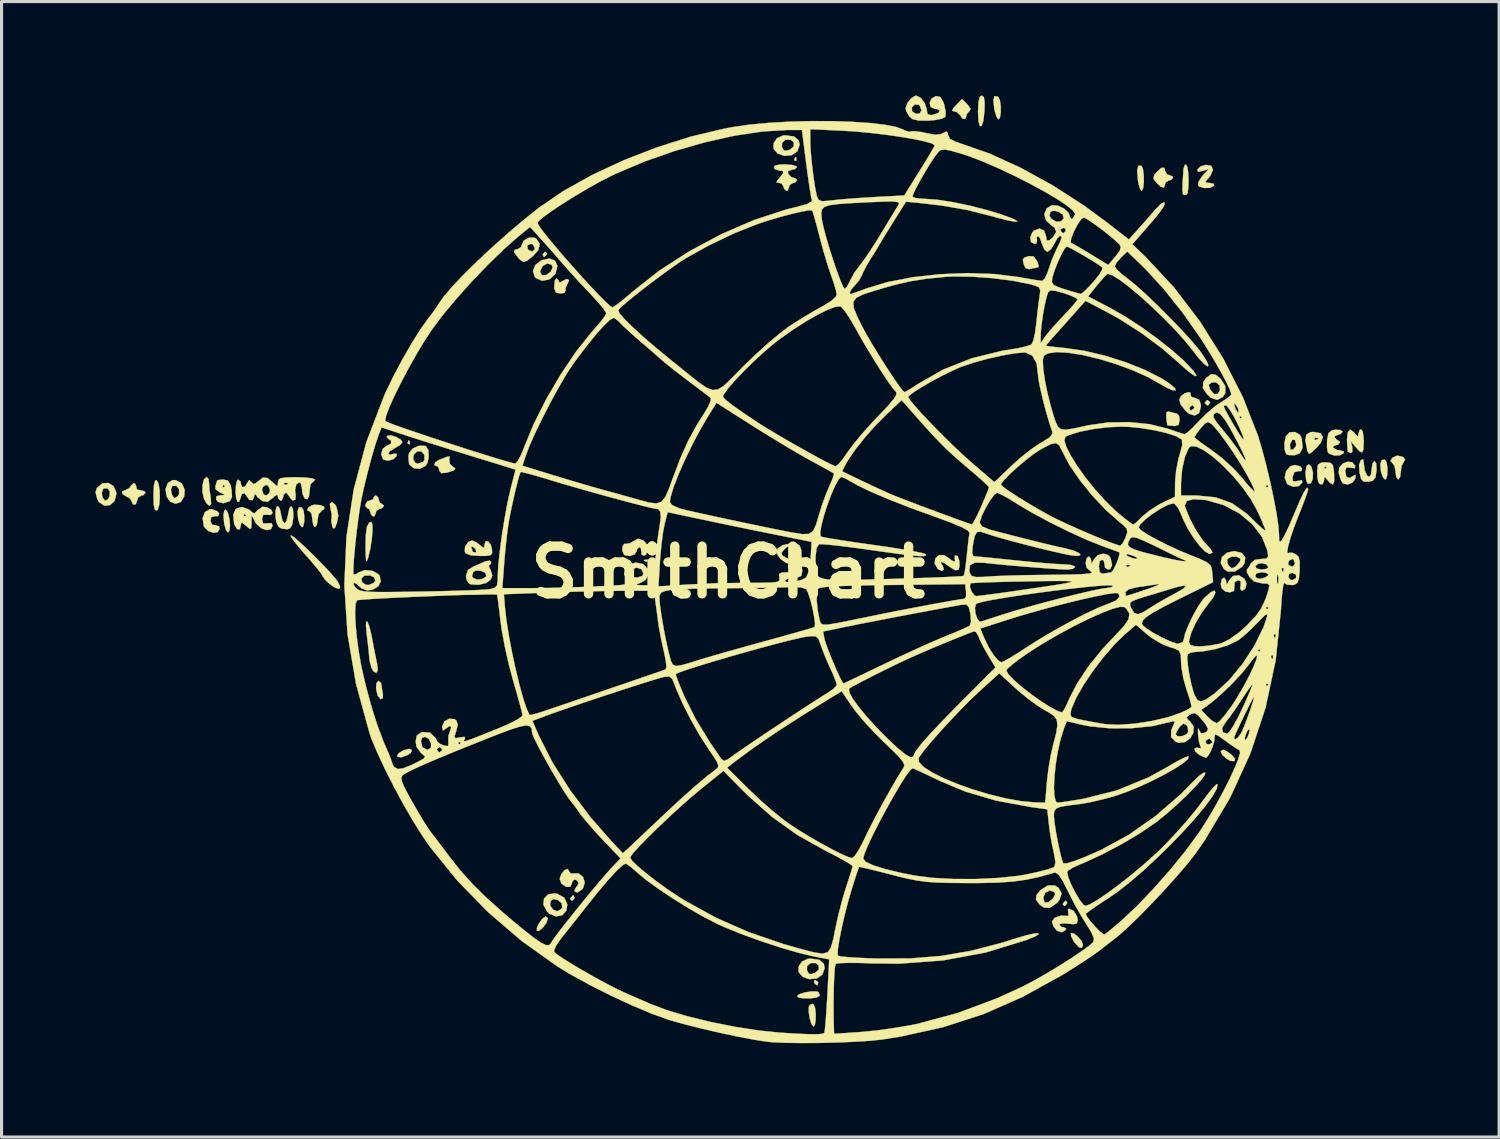
<source format=kicad_pcb>
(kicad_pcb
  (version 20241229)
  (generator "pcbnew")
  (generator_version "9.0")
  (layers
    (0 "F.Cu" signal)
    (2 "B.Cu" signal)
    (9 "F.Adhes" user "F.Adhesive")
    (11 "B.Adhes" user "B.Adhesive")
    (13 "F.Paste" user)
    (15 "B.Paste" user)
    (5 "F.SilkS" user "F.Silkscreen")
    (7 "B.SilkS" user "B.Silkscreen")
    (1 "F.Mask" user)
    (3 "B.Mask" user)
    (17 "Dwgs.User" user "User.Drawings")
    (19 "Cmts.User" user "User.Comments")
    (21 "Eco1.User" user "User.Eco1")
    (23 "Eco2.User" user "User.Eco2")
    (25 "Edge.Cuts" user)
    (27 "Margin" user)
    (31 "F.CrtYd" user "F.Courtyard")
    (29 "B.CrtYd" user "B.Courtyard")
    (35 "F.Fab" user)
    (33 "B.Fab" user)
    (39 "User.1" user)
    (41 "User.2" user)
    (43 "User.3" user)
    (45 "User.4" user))
  (footprint "SmithChart"
    (layer "F.Cu")
    (at 20.229 15.245)
    (property "Reference" "SmithChart" (at 0 0 0) (layer "F.SilkS") (effects (font (size 1.524 1.524) (thickness 0.3))))
    (attr through_hole)
    (fp_poly (pts (xy -10.188 -4.205) (xy -10.178 -4.105) (xy -10.188 -4.092) (xy -10.239 -4.104) (xy -10.245 -4.149) (xy -10.214 -4.218) (xy -10.188 -4.205)) (stroke (width 0.01) (type solid)) (fill yes) (layer "F.SilkS"))
    (fp_poly (pts (xy -2.568 -0.395) (xy -2.58 -0.345) (xy -2.625 -0.339) (xy -2.694 -0.37) (xy -2.681 -0.395) (xy -2.581 -0.405) (xy -2.568 -0.395)) (stroke (width 0.01) (type solid)) (fill yes) (layer "F.SilkS"))
    (fp_poly (pts (xy 2.173 -13.264) (xy 2.183 -13.164) (xy 2.173 -13.152) (xy 2.123 -13.163) (xy 2.117 -13.208) (xy 2.148 -13.278) (xy 2.173 -13.264)) (stroke (width 0.01) (type solid)) (fill yes) (layer "F.SilkS"))
    (fp_poly (pts (xy -5.786 -10.193) (xy -5.8 -10.16) (xy -5.876 -10.079) (xy -5.889 -10.075) (xy -5.926 -10.141) (xy -5.927 -10.16) (xy -5.862 -10.241) (xy -5.837 -10.245) (xy -5.786 -10.193)) (stroke (width 0.01) (type solid)) (fill yes) (layer "F.SilkS"))
    (fp_poly (pts (xy -4.912 10.395) (xy -4.911 10.414) (xy -4.976 10.495) (xy -5 10.499) (xy -5.051 10.447) (xy -5.038 10.414) (xy -4.962 10.333) (xy -4.948 10.329) (xy -4.912 10.395)) (stroke (width 0.01) (type solid)) (fill yes) (layer "F.SilkS"))
    (fp_poly (pts (xy 2.875 13.1) (xy 2.879 13.123) (xy 2.85 13.206) (xy 2.841 13.208) (xy 2.769 13.149) (xy 2.752 13.123) (xy 2.758 13.045) (xy 2.789 13.039) (xy 2.875 13.1)) (stroke (width 0.01) (type solid)) (fill yes) (layer "F.SilkS"))
    (fp_poly (pts (xy 10.836 10.564) (xy 10.837 10.583) (xy 10.772 10.665) (xy 10.748 10.668) (xy 10.697 10.616) (xy 10.71 10.583) (xy 10.786 10.503) (xy 10.8 10.499) (xy 10.836 10.564)) (stroke (width 0.01) (type solid)) (fill yes) (layer "F.SilkS"))
    (fp_poly (pts (xy 15.407 -5.439) (xy 15.409 -5.419) (xy 15.345 -5.336) (xy 15.325 -5.334) (xy 15.242 -5.398) (xy 15.24 -5.419) (xy 15.304 -5.501) (xy 15.325 -5.503) (xy 15.407 -5.439)) (stroke (width 0.01) (type solid)) (fill yes) (layer "F.SilkS"))
    (fp_poly (pts (xy -10.112 5.685) (xy -10.146 5.774) (xy -10.237 5.838) (xy -10.444 5.918) (xy -10.565 5.902) (xy -10.583 5.856) (xy -10.515 5.772) (xy -10.375 5.689) (xy -10.199 5.646) (xy -10.112 5.685)) (stroke (width 0.01) (type solid)) (fill yes) (layer "F.SilkS"))
    (fp_poly (pts (xy -5.761 11.06) (xy -5.81 11.206) (xy -5.907 11.342) (xy -6.032 11.457) (xy -6.114 11.468) (xy -6.114 11.367) (xy -6.039 11.211) (xy -5.931 11.068) (xy -5.832 11.007) (xy -5.761 11.06)) (stroke (width 0.01) (type solid)) (fill yes) (layer "F.SilkS"))
    (fp_poly (pts (xy 15.938 5.721) (xy 16.091 5.829) (xy 16.206 5.964) (xy 16.186 6.04) (xy 16.063 6.032) (xy 15.931 5.961) (xy 15.79 5.828) (xy 15.749 5.718) (xy 15.823 5.673) (xy 15.938 5.721)) (stroke (width 0.01) (type solid)) (fill yes) (layer "F.SilkS"))
    (fp_poly (pts (xy -13.625 -2.071) (xy -13.573 -1.967) (xy -13.55 -1.785) (xy -13.555 -1.593) (xy -13.59 -1.461) (xy -13.621 -1.439) (xy -13.687 -1.513) (xy -13.745 -1.69) (xy -13.747 -1.702) (xy -13.769 -1.943) (xy -13.724 -2.074) (xy -13.625 -2.071)) (stroke (width 0.01) (type solid)) (fill yes) (layer "F.SilkS"))
    (fp_poly (pts (xy 11.047 11.546) (xy 11.177 11.646) (xy 11.295 11.784) (xy 11.345 11.909) (xy 11.306 12.014) (xy 11.205 11.983) (xy 11.065 11.823) (xy 11.052 11.804) (xy 10.966 11.637) (xy 10.956 11.537) (xy 10.957 11.536) (xy 11.047 11.546)) (stroke (width 0.01) (type solid)) (fill yes) (layer "F.SilkS"))
    (fp_poly (pts (xy 18.651 -3.364) (xy 18.697 -3.179) (xy 18.689 -2.977) (xy 18.628 -2.846) (xy 18.539 -2.831) (xy 18.515 -2.849) (xy 18.476 -2.966) (xy 18.458 -3.173) (xy 18.457 -3.196) (xy 18.491 -3.397) (xy 18.568 -3.452) (xy 18.651 -3.364)) (stroke (width 0.01) (type solid)) (fill yes) (layer "F.SilkS"))
    (fp_poly (pts (xy -18.214 -2.847) (xy -18.178 -2.642) (xy -18.169 -2.393) (xy -18.188 -2.158) (xy -18.234 -2) (xy -18.267 -1.969) (xy -18.329 -2) (xy -18.363 -2.158) (xy -18.373 -2.455) (xy -18.359 -2.772) (xy -18.318 -2.928) (xy -18.276 -2.945) (xy -18.214 -2.847)) (stroke (width 0.01) (type solid)) (fill yes) (layer "F.SilkS"))
    (fp_poly (pts (xy -16.612 -2.976) (xy -16.595 -2.847) (xy -16.578 -2.614) (xy -16.542 -2.381) (xy -16.53 -2.18) (xy -16.586 -2.122) (xy -16.683 -2.21) (xy -16.759 -2.358) (xy -16.807 -2.571) (xy -16.803 -2.797) (xy -16.755 -2.976) (xy -16.67 -3.048) (xy -16.612 -2.976)) (stroke (width 0.01) (type solid)) (fill yes) (layer "F.SilkS"))
    (fp_poly (pts (xy -15.997 -1.909) (xy -15.993 -1.899) (xy -15.941 -1.695) (xy -15.925 -1.481) (xy -15.946 -1.319) (xy -15.991 -1.27) (xy -16.051 -1.344) (xy -16.105 -1.528) (xy -16.115 -1.58) (xy -16.134 -1.811) (xy -16.113 -1.962) (xy -16.064 -2.005) (xy -15.997 -1.909)) (stroke (width 0.01) (type solid)) (fill yes) (layer "F.SilkS"))
    (fp_poly (pts (xy -11.097 3.538) (xy -11.09 3.577) (xy -11.068 3.741) (xy -11.038 3.873) (xy -11.038 4.028) (xy -11.112 4.057) (xy -11.204 3.944) (xy -11.209 3.93) (xy -11.256 3.723) (xy -11.246 3.549) (xy -11.181 3.472) (xy -11.176 3.471) (xy -11.097 3.538)) (stroke (width 0.01) (type solid)) (fill yes) (layer "F.SilkS"))
    (fp_poly (pts (xy 2.578 13.895) (xy 2.594 13.844) (xy 2.696 13.797) (xy 2.726 13.808) (xy 2.775 13.911) (xy 2.8 14.1) (xy 2.799 14.309) (xy 2.772 14.471) (xy 2.729 14.524) (xy 2.666 14.451) (xy 2.61 14.276) (xy 2.577 14.068) (xy 2.578 13.895)) (stroke (width 0.01) (type solid)) (fill yes) (layer "F.SilkS"))
    (fp_poly (pts (xy 2.831 13.401) (xy 2.881 13.418) (xy 2.929 13.519) (xy 2.917 13.549) (xy 2.814 13.599) (xy 2.625 13.623) (xy 2.417 13.622) (xy 2.254 13.596) (xy 2.201 13.553) (xy 2.275 13.489) (xy 2.449 13.434) (xy 2.657 13.4) (xy 2.831 13.401)) (stroke (width 0.01) (type solid)) (fill yes) (layer "F.SilkS"))
    (fp_poly (pts (xy 8.174 -15.192) (xy 8.201 -15.03) (xy 8.196 -14.76) (xy 8.16 -14.438) (xy 8.106 -14.271) (xy 8.049 -14.26) (xy 8.005 -14.408) (xy 7.988 -14.717) (xy 7.988 -14.729) (xy 8.004 -15.038) (xy 8.047 -15.201) (xy 8.108 -15.24) (xy 8.174 -15.192)) (stroke (width 0.01) (type solid)) (fill yes) (layer "F.SilkS"))
    (fp_poly (pts (xy 8.615 -15.21) (xy 8.63 -15.201) (xy 8.686 -15.095) (xy 8.715 -14.905) (xy 8.716 -14.696) (xy 8.69 -14.533) (xy 8.643 -14.478) (xy 8.583 -14.553) (xy 8.524 -14.74) (xy 8.508 -14.822) (xy 8.479 -15.095) (xy 8.514 -15.221) (xy 8.615 -15.21)) (stroke (width 0.01) (type solid)) (fill yes) (layer "F.SilkS"))
    (fp_poly (pts (xy 13.214 -12.993) (xy 13.261 -12.89) (xy 13.287 -12.697) (xy 13.29 -12.475) (xy 13.27 -12.286) (xy 13.227 -12.194) (xy 13.219 -12.192) (xy 13.164 -12.267) (xy 13.113 -12.456) (xy 13.098 -12.548) (xy 13.077 -12.851) (xy 13.117 -12.998) (xy 13.214 -12.993)) (stroke (width 0.01) (type solid)) (fill yes) (layer "F.SilkS"))
    (fp_poly (pts (xy 21.003 -3.595) (xy 21.056 -3.49) (xy 21.079 -3.307) (xy 21.072 -3.116) (xy 21.035 -2.984) (xy 21.004 -2.963) (xy 20.933 -3.036) (xy 20.871 -3.212) (xy 20.871 -3.215) (xy 20.85 -3.445) (xy 20.894 -3.586) (xy 20.991 -3.602) (xy 21.003 -3.595)) (stroke (width 0.01) (type solid)) (fill yes) (layer "F.SilkS"))
    (fp_poly (pts (xy -12.568 -2.168) (xy -12.518 -2.081) (xy -12.464 -1.811) (xy -12.506 -1.589) (xy -12.57 -1.419) (xy -12.619 -1.398) (xy -12.654 -1.458) (xy -12.689 -1.638) (xy -12.678 -1.712) (xy -12.675 -1.873) (xy -12.709 -2.008) (xy -12.735 -2.187) (xy -12.672 -2.246) (xy -12.568 -2.168)) (stroke (width 0.01) (type solid)) (fill yes) (layer "F.SilkS"))
    (fp_poly (pts (xy 9.762 -10.099) (xy 9.875 -9.95) (xy 9.877 -9.947) (xy 9.932 -9.792) (xy 9.893 -9.739) (xy 9.863 -9.737) (xy 9.682 -9.707) (xy 9.628 -9.69) (xy 9.51 -9.718) (xy 9.455 -9.834) (xy 9.42 -9.989) (xy 9.462 -10.056) (xy 9.61 -10.106) (xy 9.762 -10.099)) (stroke (width 0.01) (type solid)) (fill yes) (layer "F.SilkS"))
    (fp_poly (pts (xy -11.375 -1.533) (xy -11.37 -1.338) (xy -11.392 -1.068) (xy -11.438 -0.769) (xy -11.503 -0.485) (xy -11.512 -0.453) (xy -11.551 -0.356) (xy -11.575 -0.386) (xy -11.587 -0.56) (xy -11.592 -0.776) (xy -11.585 -1.191) (xy -11.547 -1.455) (xy -11.476 -1.587) (xy -11.411 -1.609) (xy -11.375 -1.533)) (stroke (width 0.01) (type solid)) (fill yes) (layer "F.SilkS"))
    (fp_poly (pts (xy 7.649 -14.957) (xy 7.753 -14.815) (xy 7.721 -14.751) (xy 7.629 -14.649) (xy 7.62 -14.598) (xy 7.576 -14.489) (xy 7.484 -14.508) (xy 7.42 -14.605) (xy 7.303 -14.717) (xy 7.233 -14.732) (xy 7.158 -14.753) (xy 7.199 -14.835) (xy 7.285 -14.931) (xy 7.477 -15.129) (xy 7.649 -14.957)) (stroke (width 0.01) (type solid)) (fill yes) (layer "F.SilkS"))
    (fp_poly (pts (xy 14.108 -5.13) (xy 14.283 -5.085) (xy 14.337 -5.08) (xy 14.411 -5.008) (xy 14.436 -4.871) (xy 14.403 -4.714) (xy 14.275 -4.676) (xy 14.245 -4.678) (xy 14.092 -4.691) (xy 14.045 -4.696) (xy 14.03 -4.771) (xy 14.007 -4.939) (xy 14.006 -5.106) (xy 14.071 -5.141) (xy 14.108 -5.13)) (stroke (width 0.01) (type solid)) (fill yes) (layer "F.SilkS"))
    (fp_poly (pts (xy 21.579 -3.686) (xy 21.644 -3.598) (xy 21.591 -3.515) (xy 21.529 -3.399) (xy 21.505 -3.212) (xy 21.48 -3.036) (xy 21.421 -2.963) (xy 21.361 -3.037) (xy 21.336 -3.21) (xy 21.306 -3.398) (xy 21.236 -3.49) (xy 21.176 -3.561) (xy 21.23 -3.654) (xy 21.359 -3.719) (xy 21.421 -3.725) (xy 21.579 -3.686)) (stroke (width 0.01) (type solid)) (fill yes) (layer "F.SilkS"))
    (fp_poly (pts (xy 14.679 -12.964) (xy 14.708 -12.778) (xy 14.72 -12.538) (xy 14.713 -12.301) (xy 14.686 -12.125) (xy 14.655 -12.07) (xy 14.556 -12.067) (xy 14.542 -12.085) (xy 14.525 -12.206) (xy 14.527 -12.417) (xy 14.529 -12.446) (xy 14.545 -12.693) (xy 14.556 -12.884) (xy 14.556 -12.89) (xy 14.596 -13.016) (xy 14.634 -13.039) (xy 14.679 -12.964)) (stroke (width 0.01) (type solid)) (fill yes) (layer "F.SilkS"))
    (fp_poly (pts (xy -5.422 -9.332) (xy -5.419 -9.303) (xy -5.376 -9.259) (xy -5.29 -9.315) (xy -5.157 -9.376) (xy -5.087 -9.337) (xy -5.129 -9.231) (xy -5.143 -9.217) (xy -5.204 -9.074) (xy -5.195 -9.017) (xy -5.23 -8.933) (xy -5.357 -8.911) (xy -5.505 -8.942) (xy -5.557 -9.069) (xy -5.56 -9.155) (xy -5.539 -9.328) (xy -5.489 -9.398) (xy -5.422 -9.332)) (stroke (width 0.01) (type solid)) (fill yes) (layer "F.SilkS"))
    (fp_poly (pts (xy 13.946 -12.929) (xy 13.97 -12.827) (xy 14.038 -12.715) (xy 14.097 -12.7) (xy 14.21 -12.654) (xy 14.224 -12.615) (xy 14.155 -12.54) (xy 14.097 -12.531) (xy 13.985 -12.463) (xy 13.97 -12.404) (xy 13.932 -12.294) (xy 13.819 -12.335) (xy 13.695 -12.453) (xy 13.597 -12.583) (xy 13.617 -12.688) (xy 13.693 -12.784) (xy 13.851 -12.93) (xy 13.946 -12.929)) (stroke (width 0.01) (type solid)) (fill yes) (layer "F.SilkS"))
    (fp_poly (pts (xy -13.034 -2.147) (xy -12.917 -2.094) (xy -12.913 -2.024) (xy -12.978 -1.985) (xy -13.095 -1.855) (xy -13.123 -1.684) (xy -13.149 -1.51) (xy -13.208 -1.439) (xy -13.267 -1.513) (xy -13.293 -1.69) (xy -13.293 -1.693) (xy -13.319 -1.872) (xy -13.383 -1.947) (xy -13.384 -1.947) (xy -13.46 -1.984) (xy -13.427 -2.063) (xy -13.32 -2.136) (xy -13.227 -2.159) (xy -13.034 -2.147)) (stroke (width 0.01) (type solid)) (fill yes) (layer "F.SilkS"))
    (fp_poly (pts (xy -11.53 1.583) (xy -11.471 1.735) (xy -11.402 2.017) (xy -11.378 2.145) (xy -11.316 2.475) (xy -11.254 2.781) (xy -11.219 2.942) (xy -11.203 3.141) (xy -11.253 3.222) (xy -11.342 3.163) (xy -11.395 3.069) (xy -11.455 2.866) (xy -11.476 2.709) (xy -11.493 2.51) (xy -11.526 2.217) (xy -11.554 1.99) (xy -11.58 1.702) (xy -11.569 1.569) (xy -11.53 1.583)) (stroke (width 0.01) (type solid)) (fill yes) (layer "F.SilkS"))
    (fp_poly (pts (xy -8.915 -3.612) (xy -8.896 -3.46) (xy -8.824 -3.395) (xy -8.725 -3.318) (xy -8.763 -3.258) (xy -8.953 -3.196) (xy -8.996 -3.185) (xy -9.169 -3.167) (xy -9.227 -3.236) (xy -9.229 -3.258) (xy -9.274 -3.372) (xy -9.313 -3.387) (xy -9.395 -3.429) (xy -9.362 -3.518) (xy -9.25 -3.589) (xy -9.054 -3.664) (xy -8.982 -3.695) (xy -8.9 -3.699) (xy -8.915 -3.612)) (stroke (width 0.01) (type solid)) (fill yes) (layer "F.SilkS"))
    (fp_poly (pts (xy -16.49 -2.016) (xy -16.329 -1.948) (xy -16.275 -1.878) (xy -16.303 -1.795) (xy -16.395 -1.793) (xy -16.524 -1.764) (xy -16.552 -1.651) (xy -16.502 -1.519) (xy -16.404 -1.507) (xy -16.278 -1.47) (xy -16.256 -1.401) (xy -16.315 -1.286) (xy -16.454 -1.261) (xy -16.616 -1.316) (xy -16.745 -1.442) (xy -16.766 -1.487) (xy -16.801 -1.731) (xy -16.728 -1.922) (xy -16.571 -2.016) (xy -16.49 -2.016)) (stroke (width 0.01) (type solid)) (fill yes) (layer "F.SilkS"))
    (fp_poly (pts (xy 18.284 -3.388) (xy 18.353 -3.317) (xy 18.326 -3.235) (xy 18.233 -3.233) (xy 18.099 -3.199) (xy 18.048 -3.061) (xy 18.05 -2.92) (xy 18.142 -2.904) (xy 18.206 -2.922) (xy 18.342 -2.942) (xy 18.355 -2.866) (xy 18.243 -2.754) (xy 18.063 -2.733) (xy 17.892 -2.808) (xy 17.864 -2.837) (xy 17.793 -3.031) (xy 17.838 -3.236) (xy 17.972 -3.388) (xy 18.114 -3.429) (xy 18.284 -3.388)) (stroke (width 0.01) (type solid)) (fill yes) (layer "F.SilkS"))
    (fp_poly (pts (xy 18.938 -4.445) (xy 19.016 -4.325) (xy 18.945 -4.139) (xy 18.814 -3.984) (xy 18.653 -3.83) (xy 18.572 -3.787) (xy 18.53 -3.848) (xy 18.51 -3.918) (xy 18.452 -4.223) (xy 18.464 -4.29) (xy 18.74 -4.29) (xy 18.751 -4.239) (xy 18.796 -4.233) (xy 18.866 -4.264) (xy 18.852 -4.29) (xy 18.752 -4.3) (xy 18.74 -4.29) (xy 18.464 -4.29) (xy 18.485 -4.402) (xy 18.616 -4.479) (xy 18.714 -4.487) (xy 18.938 -4.445)) (stroke (width 0.01) (type solid)) (fill yes) (layer "F.SilkS"))
    (fp_poly (pts (xy -2.711 -1.017) (xy -2.587 -0.881) (xy -2.558 -0.706) (xy -2.629 -0.562) (xy -2.688 -0.529) (xy -2.768 -0.563) (xy -2.773 -0.649) (xy -2.793 -0.778) (xy -2.836 -0.804) (xy -2.911 -0.736) (xy -2.921 -0.677) (xy -2.991 -0.573) (xy -3.143 -0.518) (xy -3.295 -0.538) (xy -3.327 -0.561) (xy -3.383 -0.685) (xy -3.378 -0.826) (xy -3.32 -0.908) (xy -3.281 -0.907) (xy -3.139 -0.926) (xy -3.034 -0.991) (xy -2.883 -1.069) (xy -2.711 -1.017)) (stroke (width 0.01) (type solid)) (fill yes) (layer "F.SilkS"))
    (fp_poly (pts (xy 19.957 -3.514) (xy 20.048 -3.399) (xy 20.034 -3.323) (xy 19.907 -3.341) (xy 19.767 -3.354) (xy 19.727 -3.249) (xy 19.727 -3.237) (xy 19.765 -3.051) (xy 19.869 -3.013) (xy 19.962 -3.067) (xy 20.052 -3.12) (xy 20.059 -3.033) (xy 20.054 -3.003) (xy 19.965 -2.868) (xy 19.812 -2.807) (xy 19.664 -2.833) (xy 19.6 -2.915) (xy 19.539 -3.11) (xy 19.521 -3.167) (xy 19.532 -3.34) (xy 19.644 -3.471) (xy 19.803 -3.536) (xy 19.957 -3.514)) (stroke (width 0.01) (type solid)) (fill yes) (layer "F.SilkS"))
    (fp_poly (pts (xy -13.89 -1.128) (xy -13.711 -0.975) (xy -13.475 -0.755) (xy -13.211 -0.497) (xy -12.948 -0.229) (xy -12.714 0.02) (xy -12.539 0.221) (xy -12.473 0.31) (xy -12.4 0.472) (xy -12.445 0.532) (xy -12.588 0.483) (xy -12.721 0.391) (xy -12.877 0.249) (xy -12.953 0.145) (xy -12.954 0.136) (xy -13.007 0.048) (xy -13.15 -0.135) (xy -13.359 -0.382) (xy -13.515 -0.559) (xy -13.741 -0.821) (xy -13.904 -1.029) (xy -13.985 -1.157) (xy -13.983 -1.185) (xy -13.89 -1.128)) (stroke (width 0.01) (type solid)) (fill yes) (layer "F.SilkS"))
    (fp_poly (pts (xy 15.444 -12.994) (xy 15.498 -12.873) (xy 15.423 -12.688) (xy 15.354 -12.601) (xy 15.264 -12.486) (xy 15.306 -12.449) (xy 15.401 -12.446) (xy 15.527 -12.415) (xy 15.536 -12.361) (xy 15.411 -12.292) (xy 15.221 -12.283) (xy 15.059 -12.333) (xy 15.024 -12.368) (xy 15.038 -12.484) (xy 15.146 -12.65) (xy 15.168 -12.674) (xy 15.367 -12.89) (xy 15.166 -12.829) (xy 15.022 -12.805) (xy 15.001 -12.871) (xy 15.004 -12.882) (xy 15.107 -12.976) (xy 15.268 -13.023) (xy 15.444 -12.994)) (stroke (width 0.01) (type solid)) (fill yes) (layer "F.SilkS"))
    (fp_poly (pts (xy 20.286 -4.496) (xy 20.316 -4.305) (xy 20.32 -4.191) (xy 20.31 -3.932) (xy 20.269 -3.829) (xy 20.18 -3.871) (xy 20.063 -4) (xy 19.905 -4.191) (xy 19.953 -4) (xy 19.957 -3.85) (xy 19.907 -3.81) (xy 19.811 -3.855) (xy 19.805 -3.873) (xy 19.783 -4.243) (xy 19.81 -4.474) (xy 19.881 -4.558) (xy 19.995 -4.486) (xy 20.025 -4.45) (xy 20.118 -4.344) (xy 20.149 -4.373) (xy 20.151 -4.429) (xy 20.192 -4.552) (xy 20.235 -4.572) (xy 20.286 -4.496)) (stroke (width 0.01) (type solid)) (fill yes) (layer "F.SilkS"))
    (fp_poly (pts (xy 20.32 -3.497) (xy 20.32 -3.495) (xy 20.35 -3.255) (xy 20.426 -3.09) (xy 20.498 -3.048) (xy 20.551 -3.122) (xy 20.574 -3.299) (xy 20.574 -3.302) (xy 20.6 -3.48) (xy 20.663 -3.556) (xy 20.664 -3.556) (xy 20.718 -3.481) (xy 20.73 -3.286) (xy 20.727 -3.239) (xy 20.692 -3.024) (xy 20.609 -2.926) (xy 20.473 -2.895) (xy 20.318 -2.897) (xy 20.236 -2.983) (xy 20.187 -3.176) (xy 20.171 -3.435) (xy 20.225 -3.579) (xy 20.299 -3.614) (xy 20.32 -3.497)) (stroke (width 0.01) (type solid)) (fill yes) (layer "F.SilkS"))
    (fp_poly (pts (xy -18.965 -2.836) (xy -18.915 -2.734) (xy -18.927 -2.703) (xy -18.898 -2.641) (xy -18.801 -2.625) (xy -18.661 -2.59) (xy -18.627 -2.54) (xy -18.695 -2.465) (xy -18.754 -2.455) (xy -18.866 -2.39) (xy -18.881 -2.333) (xy -18.932 -2.189) (xy -18.965 -2.159) (xy -19.039 -2.177) (xy -19.05 -2.233) (xy -19.121 -2.358) (xy -19.219 -2.413) (xy -19.357 -2.494) (xy -19.381 -2.581) (xy -19.279 -2.625) (xy -19.271 -2.625) (xy -19.141 -2.693) (xy -19.102 -2.757) (xy -19.017 -2.844) (xy -18.965 -2.836)) (stroke (width 0.01) (type solid)) (fill yes) (layer "F.SilkS"))
    (fp_poly (pts (xy -17.468 -2.844) (xy -17.373 -2.635) (xy -17.388 -2.426) (xy -17.498 -2.246) (xy -17.667 -2.19) (xy -17.841 -2.258) (xy -17.951 -2.419) (xy -17.985 -2.654) (xy -17.812 -2.654) (xy -17.792 -2.499) (xy -17.723 -2.385) (xy -17.683 -2.371) (xy -17.589 -2.438) (xy -17.554 -2.503) (xy -17.555 -2.655) (xy -17.641 -2.762) (xy -17.763 -2.762) (xy -17.765 -2.761) (xy -17.812 -2.654) (xy -17.985 -2.654) (xy -17.986 -2.661) (xy -17.914 -2.853) (xy -17.758 -2.947) (xy -17.677 -2.947) (xy -17.468 -2.844)) (stroke (width 0.01) (type solid)) (fill yes) (layer "F.SilkS"))
    (fp_poly (pts (xy -14.338 -2.043) (xy -14.295 -1.862) (xy -14.293 -1.841) (xy -14.252 -1.654) (xy -14.188 -1.567) (xy -14.182 -1.566) (xy -14.117 -1.64) (xy -14.073 -1.821) (xy -14.07 -1.841) (xy -14.026 -2.053) (xy -13.967 -2.113) (xy -13.916 -2.032) (xy -13.898 -1.824) (xy -13.902 -1.757) (xy -13.936 -1.518) (xy -14.01 -1.403) (xy -14.098 -1.373) (xy -14.289 -1.4) (xy -14.373 -1.453) (xy -14.44 -1.588) (xy -14.473 -1.784) (xy -14.471 -1.977) (xy -14.43 -2.101) (xy -14.399 -2.117) (xy -14.338 -2.043)) (stroke (width 0.01) (type solid)) (fill yes) (layer "F.SilkS"))
    (fp_poly (pts (xy -11.186 -2.387) (xy -11.176 -2.328) (xy -11.13 -2.216) (xy -11.091 -2.201) (xy -11.009 -2.137) (xy -11.007 -2.117) (xy -11.075 -2.042) (xy -11.134 -2.032) (xy -11.246 -1.964) (xy -11.261 -1.905) (xy -11.306 -1.792) (xy -11.345 -1.778) (xy -11.42 -1.847) (xy -11.43 -1.905) (xy -11.476 -2.018) (xy -11.515 -2.032) (xy -11.59 -2.101) (xy -11.599 -2.159) (xy -11.532 -2.271) (xy -11.472 -2.286) (xy -11.36 -2.332) (xy -11.345 -2.371) (xy -11.281 -2.453) (xy -11.261 -2.455) (xy -11.186 -2.387)) (stroke (width 0.01) (type solid)) (fill yes) (layer "F.SilkS"))
    (fp_poly (pts (xy -5.465 10.279) (xy -5.237 10.406) (xy -5.142 10.618) (xy -5.172 10.816) (xy -5.304 10.968) (xy -5.504 11.002) (xy -5.716 10.917) (xy -5.787 10.852) (xy -5.891 10.659) (xy -5.69 10.659) (xy -5.591 10.792) (xy -5.46 10.837) (xy -5.338 10.769) (xy -5.304 10.712) (xy -5.323 10.581) (xy -5.439 10.481) (xy -5.583 10.45) (xy -5.679 10.508) (xy -5.69 10.659) (xy -5.891 10.659) (xy -5.907 10.63) (xy -5.887 10.431) (xy -5.752 10.296) (xy -5.524 10.267) (xy -5.465 10.279)) (stroke (width 0.01) (type solid)) (fill yes) (layer "F.SilkS"))
    (fp_poly (pts (xy 2.114 -13.929) (xy 2.26 -13.801) (xy 2.286 -13.668) (xy 2.215 -13.46) (xy 2.036 -13.334) (xy 1.797 -13.311) (xy 1.587 -13.384) (xy 1.455 -13.534) (xy 1.454 -13.598) (xy 1.721 -13.598) (xy 1.781 -13.484) (xy 1.877 -13.477) (xy 1.983 -13.513) (xy 2.1 -13.62) (xy 2.093 -13.754) (xy 2.003 -13.826) (xy 1.835 -13.828) (xy 1.724 -13.728) (xy 1.721 -13.598) (xy 1.454 -13.598) (xy 1.452 -13.713) (xy 1.558 -13.873) (xy 1.754 -13.964) (xy 1.83 -13.97) (xy 2.114 -13.929)) (stroke (width 0.01) (type solid)) (fill yes) (layer "F.SilkS"))
    (fp_poly (pts (xy 2.914 12.391) (xy 3.06 12.519) (xy 3.086 12.653) (xy 3.015 12.861) (xy 2.836 12.986) (xy 2.597 13.009) (xy 2.387 12.936) (xy 2.255 12.786) (xy 2.253 12.723) (xy 2.52 12.723) (xy 2.581 12.837) (xy 2.677 12.844) (xy 2.782 12.807) (xy 2.9 12.7) (xy 2.893 12.566) (xy 2.803 12.494) (xy 2.634 12.493) (xy 2.523 12.592) (xy 2.52 12.723) (xy 2.253 12.723) (xy 2.252 12.607) (xy 2.358 12.447) (xy 2.553 12.357) (xy 2.63 12.35) (xy 2.914 12.391)) (stroke (width 0.01) (type solid)) (fill yes) (layer "F.SilkS"))
    (fp_poly (pts (xy 10.566 10.092) (xy 10.661 10.272) (xy 10.595 10.471) (xy 10.499 10.583) (xy 10.282 10.732) (xy 10.083 10.716) (xy 9.954 10.62) (xy 9.839 10.462) (xy 9.846 10.411) (xy 10.075 10.411) (xy 10.115 10.559) (xy 10.229 10.557) (xy 10.371 10.445) (xy 10.457 10.297) (xy 10.425 10.222) (xy 10.281 10.171) (xy 10.143 10.242) (xy 10.076 10.399) (xy 10.075 10.411) (xy 9.846 10.411) (xy 9.859 10.318) (xy 9.991 10.16) (xy 10.219 10.014) (xy 10.444 10.014) (xy 10.566 10.092)) (stroke (width 0.01) (type solid)) (fill yes) (layer "F.SilkS"))
    (fp_poly (pts (xy 15.59 -6.312) (xy 15.748 -6.181) (xy 15.894 -5.952) (xy 15.894 -5.727) (xy 15.816 -5.605) (xy 15.636 -5.51) (xy 15.437 -5.576) (xy 15.325 -5.673) (xy 15.176 -5.889) (xy 15.184 -5.993) (xy 15.364 -5.993) (xy 15.401 -5.857) (xy 15.409 -5.843) (xy 15.534 -5.695) (xy 15.653 -5.703) (xy 15.72 -5.805) (xy 15.715 -5.973) (xy 15.597 -6.073) (xy 15.454 -6.066) (xy 15.364 -5.993) (xy 15.184 -5.993) (xy 15.192 -6.088) (xy 15.288 -6.217) (xy 15.446 -6.333) (xy 15.59 -6.312)) (stroke (width 0.01) (type solid)) (fill yes) (layer "F.SilkS"))
    (fp_poly (pts (xy 16.416 -0.62) (xy 16.531 -0.476) (xy 16.512 -0.287) (xy 16.427 -0.171) (xy 16.198 -0.024) (xy 15.973 -0.023) (xy 15.85 -0.102) (xy 15.746 -0.295) (xy 15.772 -0.42) (xy 15.957 -0.42) (xy 15.959 -0.289) (xy 16.007 -0.206) (xy 16.102 -0.127) (xy 16.207 -0.17) (xy 16.266 -0.221) (xy 16.368 -0.353) (xy 16.376 -0.435) (xy 16.254 -0.5) (xy 16.08 -0.494) (xy 15.957 -0.42) (xy 15.772 -0.42) (xy 15.785 -0.482) (xy 15.941 -0.623) (xy 16.185 -0.677) (xy 16.416 -0.62)) (stroke (width 0.01) (type solid)) (fill yes) (layer "F.SilkS"))
    (fp_poly (pts (xy 18.274 -4.397) (xy 18.336 -4.282) (xy 18.366 -3.984) (xy 18.275 -3.803) (xy 18.115 -3.743) (xy 17.93 -3.745) (xy 17.84 -3.778) (xy 17.79 -3.919) (xy 17.787 -4.076) (xy 17.963 -4.076) (xy 17.973 -3.928) (xy 18.048 -3.913) (xy 18.147 -4.019) (xy 18.161 -4.092) (xy 18.121 -4.231) (xy 18.039 -4.237) (xy 17.97 -4.114) (xy 17.963 -4.076) (xy 17.787 -4.076) (xy 17.786 -4.138) (xy 17.831 -4.352) (xy 17.831 -4.353) (xy 17.949 -4.473) (xy 18.119 -4.485) (xy 18.274 -4.397)) (stroke (width 0.01) (type solid)) (fill yes) (layer "F.SilkS"))
    (fp_poly (pts (xy -19.647 -2.754) (xy -19.561 -2.554) (xy -19.558 -2.504) (xy -19.617 -2.276) (xy -19.762 -2.146) (xy -19.943 -2.129) (xy -20.11 -2.239) (xy -20.169 -2.335) (xy -20.216 -2.527) (xy -20.028 -2.527) (xy -19.997 -2.375) (xy -19.914 -2.288) (xy -19.897 -2.286) (xy -19.814 -2.354) (xy -19.776 -2.427) (xy -19.768 -2.584) (xy -19.844 -2.684) (xy -19.957 -2.678) (xy -19.984 -2.656) (xy -20.028 -2.527) (xy -20.216 -2.527) (xy -20.224 -2.562) (xy -20.179 -2.695) (xy -20.011 -2.841) (xy -19.815 -2.855) (xy -19.647 -2.754)) (stroke (width 0.01) (type solid)) (fill yes) (layer "F.SilkS"))
    (fp_poly (pts (xy -10.617 -4.328) (xy -10.467 -4.239) (xy -10.414 -4.158) (xy -10.483 -4.072) (xy -10.651 -3.973) (xy -10.662 -3.968) (xy -10.817 -3.872) (xy -10.867 -3.789) (xy -10.807 -3.757) (xy -10.696 -3.785) (xy -10.597 -3.789) (xy -10.6 -3.718) (xy -10.708 -3.611) (xy -10.882 -3.566) (xy -11.028 -3.606) (xy -11.031 -3.609) (xy -11.094 -3.77) (xy -11.046 -3.943) (xy -10.922 -4.039) (xy -10.776 -4.116) (xy -10.775 -4.207) (xy -10.858 -4.257) (xy -10.918 -4.329) (xy -10.901 -4.362) (xy -10.788 -4.38) (xy -10.617 -4.328)) (stroke (width 0.01) (type solid)) (fill yes) (layer "F.SilkS"))
    (fp_poly (pts (xy 7.016 -0.476) (xy 7.161 -0.369) (xy 7.252 -0.342) (xy 7.25 -0.405) (xy 7.243 -0.417) (xy 7.25 -0.526) (xy 7.27 -0.543) (xy 7.337 -0.514) (xy 7.385 -0.383) (xy 7.399 -0.217) (xy 7.368 -0.088) (xy 7.264 -0.063) (xy 7.092 -0.167) (xy 6.909 -0.294) (xy 6.806 -0.334) (xy 6.806 -0.282) (xy 6.852 -0.219) (xy 6.898 -0.095) (xy 6.832 -0.041) (xy 6.708 -0.1) (xy 6.702 -0.105) (xy 6.601 -0.284) (xy 6.624 -0.445) (xy 6.734 -0.548) (xy 6.897 -0.55) (xy 7.016 -0.476)) (stroke (width 0.01) (type solid)) (fill yes) (layer "F.SilkS"))
    (fp_poly (pts (xy 16.509 0.211) (xy 16.57 0.369) (xy 16.537 0.522) (xy 16.427 0.593) (xy 16.422 0.593) (xy 16.368 0.527) (xy 16.383 0.423) (xy 16.389 0.287) (xy 16.299 0.254) (xy 16.193 0.315) (xy 16.187 0.437) (xy 16.17 0.597) (xy 16.042 0.643) (xy 15.896 0.618) (xy 15.775 0.509) (xy 15.748 0.375) (xy 15.783 0.219) (xy 15.855 0.171) (xy 15.914 0.249) (xy 15.923 0.318) (xy 15.939 0.395) (xy 15.987 0.317) (xy 16.005 0.275) (xy 16.14 0.12) (xy 16.329 0.096) (xy 16.509 0.211)) (stroke (width 0.01) (type solid)) (fill yes) (layer "F.SilkS"))
    (fp_poly (pts (xy -9.69 -4.041) (xy -9.657 -4.025) (xy -9.585 -3.897) (xy -9.572 -3.691) (xy -9.615 -3.49) (xy -9.669 -3.404) (xy -9.851 -3.31) (xy -10.047 -3.323) (xy -10.187 -3.435) (xy -10.202 -3.471) (xy -10.215 -3.613) (xy -10.072 -3.613) (xy -10.001 -3.496) (xy -9.915 -3.471) (xy -9.76 -3.524) (xy -9.711 -3.585) (xy -9.71 -3.753) (xy -9.809 -3.864) (xy -9.94 -3.867) (xy -10.053 -3.76) (xy -10.072 -3.613) (xy -10.215 -3.613) (xy -10.222 -3.696) (xy -10.202 -3.81) (xy -10.083 -3.957) (xy -9.884 -4.045) (xy -9.69 -4.041)) (stroke (width 0.01) (type solid)) (fill yes) (layer "F.SilkS"))
    (fp_poly (pts (xy -5.535 -9.959) (xy -5.459 -9.793) (xy -5.515 -9.565) (xy -5.546 -9.513) (xy -5.728 -9.357) (xy -5.951 -9.318) (xy -6.149 -9.407) (xy -6.177 -9.436) (xy -6.232 -9.599) (xy -6.011 -9.599) (xy -5.955 -9.498) (xy -5.824 -9.5) (xy -5.678 -9.603) (xy -5.67 -9.613) (xy -5.607 -9.752) (xy -5.656 -9.838) (xy -5.784 -9.871) (xy -5.922 -9.794) (xy -6.006 -9.648) (xy -6.011 -9.599) (xy -6.232 -9.599) (xy -6.241 -9.626) (xy -6.166 -9.822) (xy -5.969 -9.975) (xy -5.968 -9.976) (xy -5.715 -10.03) (xy -5.535 -9.959)) (stroke (width 0.01) (type solid)) (fill yes) (layer "F.SilkS"))
    (fp_poly (pts (xy 11.044 10.825) (xy 11.152 10.994) (xy 11.176 11.119) (xy 11.151 11.225) (xy 11.046 11.254) (xy 10.88 11.235) (xy 10.686 11.223) (xy 10.587 11.255) (xy 10.583 11.266) (xy 10.652 11.336) (xy 10.715 11.345) (xy 10.803 11.386) (xy 10.795 11.43) (xy 10.668 11.512) (xy 10.513 11.46) (xy 10.406 11.331) (xy 10.353 11.172) (xy 10.425 11.062) (xy 10.45 11.043) (xy 10.645 10.977) (xy 10.758 10.983) (xy 10.877 10.989) (xy 10.873 10.892) (xy 10.872 10.89) (xy 10.863 10.775) (xy 10.896 10.753) (xy 11.044 10.825)) (stroke (width 0.01) (type solid)) (fill yes) (layer "F.SilkS"))
    (fp_poly (pts (xy 14.79 -5.734) (xy 14.778 -5.679) (xy 14.809 -5.609) (xy 14.921 -5.573) (xy 15.063 -5.513) (xy 15.111 -5.356) (xy 15.113 -5.292) (xy 15.056 -5.089) (xy 14.914 -5.01) (xy 14.729 -5.069) (xy 14.64 -5.147) (xy 14.562 -5.245) (xy 14.745 -5.245) (xy 14.771 -5.173) (xy 14.812 -5.177) (xy 14.903 -5.249) (xy 14.908 -5.273) (xy 14.852 -5.339) (xy 14.768 -5.291) (xy 14.745 -5.245) (xy 14.562 -5.245) (xy 14.469 -5.361) (xy 14.425 -5.517) (xy 14.481 -5.634) (xy 14.595 -5.721) (xy 14.718 -5.757) (xy 14.79 -5.734)) (stroke (width 0.01) (type solid)) (fill yes) (layer "F.SilkS"))
    (fp_poly (pts (xy 19.253 -3.5) (xy 19.332 -3.427) (xy 19.365 -3.248) (xy 19.372 -3.154) (xy 19.375 -2.9) (xy 19.331 -2.805) (xy 19.234 -2.863) (xy 19.168 -2.942) (xy 19.081 -3.044) (xy 19.055 -3.008) (xy 19.053 -2.942) (xy 19.006 -2.813) (xy 18.915 -2.815) (xy 18.862 -2.9) (xy 18.837 -3.058) (xy 18.832 -3.26) (xy 18.844 -3.344) (xy 19.05 -3.344) (xy 19.092 -3.302) (xy 19.135 -3.344) (xy 19.092 -3.387) (xy 19.05 -3.344) (xy 18.844 -3.344) (xy 18.858 -3.44) (xy 18.961 -3.506) (xy 19.092 -3.514) (xy 19.253 -3.5)) (stroke (width 0.01) (type solid)) (fill yes) (layer "F.SilkS"))
    (fp_poly (pts (xy -15.995 -2.932) (xy -15.914 -2.806) (xy -15.878 -2.655) (xy -15.86 -2.406) (xy -15.928 -2.278) (xy -15.932 -2.275) (xy -16.138 -2.206) (xy -16.31 -2.249) (xy -16.371 -2.328) (xy -16.358 -2.432) (xy -16.232 -2.461) (xy -16.103 -2.469) (xy -16.126 -2.497) (xy -16.244 -2.546) (xy -16.39 -2.655) (xy -16.392 -2.752) (xy -16.171 -2.752) (xy -16.129 -2.709) (xy -16.087 -2.752) (xy -16.129 -2.794) (xy -16.171 -2.752) (xy -16.392 -2.752) (xy -16.392 -2.759) (xy -16.347 -2.894) (xy -16.341 -2.928) (xy -16.268 -2.955) (xy -16.138 -2.963) (xy -15.995 -2.932)) (stroke (width 0.01) (type solid)) (fill yes) (layer "F.SilkS"))
    (fp_poly (pts (xy -6.133 -10.664) (xy -6.021 -10.49) (xy -6.074 -10.291) (xy -6.244 -10.106) (xy -6.427 -9.959) (xy -6.542 -9.92) (xy -6.645 -9.984) (xy -6.718 -10.061) (xy -6.841 -10.229) (xy -6.825 -10.313) (xy -6.731 -10.329) (xy -6.619 -10.396) (xy -6.606 -10.447) (xy -6.424 -10.447) (xy -6.403 -10.33) (xy -6.378 -10.301) (xy -6.254 -10.247) (xy -6.184 -10.335) (xy -6.181 -10.372) (xy -6.248 -10.484) (xy -6.308 -10.499) (xy -6.424 -10.447) (xy -6.606 -10.447) (xy -6.604 -10.453) (xy -6.533 -10.604) (xy -6.37 -10.696) (xy -6.191 -10.696) (xy -6.133 -10.664)) (stroke (width 0.01) (type solid)) (fill yes) (layer "F.SilkS"))
    (fp_poly (pts (xy -5.08 9.571) (xy -5.08 9.574) (xy -5.02 9.636) (xy -4.974 9.628) (xy -4.78 9.628) (xy -4.639 9.743) (xy -4.583 9.919) (xy -4.64 10.104) (xy -4.674 10.143) (xy -4.813 10.236) (xy -4.9 10.213) (xy -4.911 10.165) (xy -4.849 10.051) (xy -4.825 10.032) (xy -4.779 9.935) (xy -4.844 9.841) (xy -4.916 9.821) (xy -4.986 9.89) (xy -4.995 9.948) (xy -5.052 10.057) (xy -5.183 10.059) (xy -5.328 9.956) (xy -5.33 9.954) (xy -5.387 9.803) (xy -5.337 9.657) (xy -5.227 9.52) (xy -5.126 9.486) (xy -5.08 9.571)) (stroke (width 0.01) (type solid)) (fill yes) (layer "F.SilkS"))
    (fp_poly (pts (xy 2.287 -0.852) (xy 2.338 -0.711) (xy 2.347 -0.503) (xy 2.24 -0.368) (xy 2.042 -0.267) (xy 1.859 -0.296) (xy 1.682 -0.418) (xy 1.551 -0.592) (xy 1.554 -0.615) (xy 1.702 -0.615) (xy 1.732 -0.538) (xy 1.778 -0.506) (xy 1.908 -0.437) (xy 1.947 -0.426) (xy 2.046 -0.465) (xy 2.117 -0.506) (xy 2.195 -0.583) (xy 2.15 -0.678) (xy 2.095 -0.735) (xy 1.974 -0.835) (xy 1.879 -0.81) (xy 1.799 -0.735) (xy 1.702 -0.615) (xy 1.554 -0.615) (xy 1.575 -0.749) (xy 1.742 -0.866) (xy 1.974 -0.915) (xy 2.183 -0.917) (xy 2.287 -0.852)) (stroke (width 0.01) (type solid)) (fill yes) (layer "F.SilkS"))
    (fp_poly (pts (xy 19.578 -4.548) (xy 19.643 -4.493) (xy 19.574 -4.413) (xy 19.516 -4.403) (xy 19.403 -4.357) (xy 19.389 -4.318) (xy 19.453 -4.236) (xy 19.473 -4.233) (xy 19.556 -4.169) (xy 19.558 -4.149) (xy 19.489 -4.074) (xy 19.426 -4.064) (xy 19.338 -4.023) (xy 19.346 -3.979) (xy 19.465 -3.909) (xy 19.568 -3.895) (xy 19.682 -3.861) (xy 19.685 -3.81) (xy 19.559 -3.738) (xy 19.372 -3.733) (xy 19.212 -3.791) (xy 19.168 -3.844) (xy 19.144 -4.008) (xy 19.149 -4.239) (xy 19.15 -4.246) (xy 19.192 -4.447) (xy 19.299 -4.535) (xy 19.41 -4.556) (xy 19.578 -4.548)) (stroke (width 0.01) (type solid)) (fill yes) (layer "F.SilkS"))
    (fp_poly (pts (xy -8.061 -0.964) (xy -7.944 -0.876) (xy -7.829 -0.783) (xy -7.792 -0.811) (xy -7.789 -0.883) (xy -7.753 -0.995) (xy -7.674 -0.985) (xy -7.591 -0.88) (xy -7.551 -0.739) (xy -7.546 -0.608) (xy -7.6 -0.543) (xy -7.752 -0.522) (xy -7.948 -0.521) (xy -8.24 -0.544) (xy -8.392 -0.611) (xy -8.42 -0.654) (xy -8.413 -0.793) (xy -8.213 -0.793) (xy -8.165 -0.658) (xy -8.156 -0.649) (xy -8.066 -0.629) (xy -8.056 -0.636) (xy -8.068 -0.723) (xy -8.112 -0.78) (xy -8.198 -0.828) (xy -8.213 -0.793) (xy -8.413 -0.793) (xy -8.411 -0.821) (xy -8.306 -0.968) (xy -8.188 -1.016) (xy -8.061 -0.964)) (stroke (width 0.01) (type solid)) (fill yes) (layer "F.SilkS"))
    (fp_poly (pts (xy -7.577 -0.337) (xy -7.585 -0.26) (xy -7.616 -0.254) (xy -7.654 -0.198) (xy -7.6 -0.084) (xy -7.539 0.102) (xy -7.587 0.233) (xy -7.739 0.344) (xy -7.975 0.401) (xy -8.215 0.389) (xy -8.276 0.369) (xy -8.358 0.259) (xy -8.382 0.118) (xy -8.189 0.118) (xy -8.172 0.167) (xy -8.047 0.234) (xy -7.873 0.222) (xy -7.743 0.142) (xy -7.728 0.113) (xy -7.766 0.017) (xy -7.9 -0.047) (xy -8.057 -0.057) (xy -8.146 -0.016) (xy -8.189 0.118) (xy -8.382 0.118) (xy -8.382 0.118) (xy -8.32 -0.071) (xy -8.149 -0.18) (xy -7.926 -0.274) (xy -7.772 -0.346) (xy -7.624 -0.372) (xy -7.577 -0.337)) (stroke (width 0.01) (type solid)) (fill yes) (layer "F.SilkS"))
    (fp_poly (pts (xy 2.043 -13.022) (xy 2.182 -12.98) (xy 2.201 -12.954) (xy 2.131 -12.885) (xy 2.035 -12.869) (xy 1.913 -12.828) (xy 1.917 -12.742) (xy 2.023 -12.63) (xy 2.083 -12.615) (xy 2.19 -12.567) (xy 2.201 -12.531) (xy 2.133 -12.456) (xy 2.074 -12.446) (xy 1.962 -12.378) (xy 1.947 -12.319) (xy 1.902 -12.206) (xy 1.863 -12.192) (xy 1.788 -12.261) (xy 1.778 -12.319) (xy 1.709 -12.428) (xy 1.638 -12.446) (xy 1.545 -12.458) (xy 1.57 -12.523) (xy 1.638 -12.601) (xy 1.759 -12.76) (xy 1.747 -12.832) (xy 1.639 -12.839) (xy 1.498 -12.883) (xy 1.463 -12.933) (xy 1.497 -13.003) (xy 1.673 -13.035) (xy 1.813 -13.039) (xy 2.043 -13.022)) (stroke (width 0.01) (type solid)) (fill yes) (layer "F.SilkS"))
    (fp_poly (pts (xy 6.156 -15.169) (xy 6.285 -15) (xy 6.349 -14.802) (xy 6.35 -14.78) (xy 6.378 -14.641) (xy 6.496 -14.616) (xy 6.562 -14.627) (xy 6.73 -14.69) (xy 6.764 -14.765) (xy 6.659 -14.813) (xy 6.598 -14.817) (xy 6.472 -14.874) (xy 6.442 -15.002) (xy 6.499 -15.138) (xy 6.635 -15.22) (xy 6.646 -15.222) (xy 6.779 -15.195) (xy 6.875 -15.044) (xy 6.908 -14.95) (xy 6.953 -14.729) (xy 6.946 -14.572) (xy 6.939 -14.557) (xy 6.827 -14.5) (xy 6.603 -14.455) (xy 6.406 -14.438) (xy 6.092 -14.44) (xy 5.898 -14.487) (xy 5.803 -14.559) (xy 5.697 -14.732) (xy 5.673 -14.838) (xy 5.679 -14.857) (xy 5.872 -14.857) (xy 5.88 -14.739) (xy 5.996 -14.655) (xy 6.123 -14.67) (xy 6.181 -14.769) (xy 6.124 -14.917) (xy 6.089 -14.948) (xy 5.962 -14.952) (xy 5.872 -14.857) (xy 5.679 -14.857) (xy 5.729 -15) (xy 5.858 -15.158) (xy 5.997 -15.239) (xy 6.011 -15.24) (xy 6.156 -15.169)) (stroke (width 0.01) (type solid)) (fill yes) (layer "F.SilkS"))
    (fp_poly (pts (xy -14.747 -2.079) (xy -14.604 -1.993) (xy -14.563 -1.892) (xy -14.627 -1.831) (xy -14.732 -1.838) (xy -14.864 -1.836) (xy -14.901 -1.707) (xy -14.901 -1.698) (xy -14.87 -1.564) (xy -14.75 -1.561) (xy -14.732 -1.566) (xy -14.595 -1.572) (xy -14.563 -1.487) (xy -14.621 -1.371) (xy -14.762 -1.348) (xy -14.932 -1.409) (xy -15.08 -1.545) (xy -15.107 -1.587) (xy -15.233 -1.82) (xy -15.237 -1.574) (xy -15.247 -1.407) (xy -15.297 -1.388) (xy -15.409 -1.482) (xy -15.531 -1.58) (xy -15.574 -1.562) (xy -15.579 -1.495) (xy -15.615 -1.37) (xy -15.696 -1.377) (xy -15.778 -1.502) (xy -15.796 -1.56) (xy -15.819 -1.82) (xy -15.494 -1.82) (xy -15.452 -1.778) (xy -15.409 -1.82) (xy -15.452 -1.863) (xy -15.494 -1.82) (xy -15.819 -1.82) (xy -15.821 -1.843) (xy -15.741 -2.025) (xy -15.567 -2.084) (xy -15.516 -2.078) (xy -15.325 -2.009) (xy -15.229 -1.93) (xy -15.154 -1.877) (xy -15.053 -1.97) (xy -15.046 -1.979) (xy -14.889 -2.093) (xy -14.747 -2.079)) (stroke (width 0.01) (type solid)) (fill yes) (layer "F.SilkS"))
    (fp_poly (pts (xy -13.509 -3.028) (xy -13.297 -3.001) (xy -13.208 -2.963) (xy -13.208 -2.959) (xy -13.273 -2.881) (xy -13.293 -2.879) (xy -13.353 -2.805) (xy -13.377 -2.63) (xy -13.401 -2.436) (xy -13.453 -2.334) (xy -13.538 -2.357) (xy -13.605 -2.502) (xy -13.631 -2.716) (xy -13.664 -2.85) (xy -13.707 -2.879) (xy -13.805 -2.807) (xy -13.846 -2.632) (xy -13.827 -2.463) (xy -13.835 -2.32) (xy -13.919 -2.29) (xy -14.014 -2.389) (xy -14.024 -2.413) (xy -14.107 -2.525) (xy -14.148 -2.54) (xy -14.216 -2.471) (xy -14.224 -2.413) (xy -14.27 -2.3) (xy -14.309 -2.286) (xy -14.384 -2.355) (xy -14.393 -2.413) (xy -14.419 -2.479) (xy -14.513 -2.419) (xy -14.565 -2.369) (xy -14.725 -2.254) (xy -14.875 -2.273) (xy -14.896 -2.283) (xy -15.047 -2.4) (xy -15.099 -2.476) (xy -15.136 -2.507) (xy -15.149 -2.434) (xy -15.203 -2.305) (xy -15.305 -2.309) (xy -15.379 -2.413) (xy -15.466 -2.531) (xy -15.552 -2.491) (xy -15.594 -2.363) (xy -15.639 -2.249) (xy -15.684 -2.25) (xy -15.73 -2.371) (xy -15.747 -2.568) (xy -15.744 -2.625) (xy -14.901 -2.625) (xy -14.848 -2.487) (xy -14.774 -2.455) (xy -14.671 -2.526) (xy -14.647 -2.625) (xy -14.7 -2.763) (xy -14.774 -2.794) (xy -14.878 -2.723) (xy -14.901 -2.625) (xy -15.744 -2.625) (xy -15.737 -2.775) (xy -15.701 -2.926) (xy -15.663 -2.963) (xy -15.588 -2.895) (xy -15.579 -2.836) (xy -15.537 -2.722) (xy -15.447 -2.739) (xy -15.372 -2.855) (xy -15.313 -2.95) (xy -15.245 -2.887) (xy -15.243 -2.884) (xy -15.167 -2.815) (xy -15.063 -2.875) (xy -15.03 -2.907) (xy -14.869 -3.028) (xy -14.725 -3.013) (xy -14.563 -2.879) (xy -14.442 -2.766) (xy -14.399 -2.772) (xy -14.395 -2.85) (xy -14.196 -2.85) (xy -14.184 -2.8) (xy -14.139 -2.794) (xy -14.07 -2.825) (xy -14.083 -2.85) (xy -14.183 -2.861) (xy -14.196 -2.85) (xy -14.395 -2.85) (xy -14.393 -2.873) (xy -14.376 -2.959) (xy -14.299 -3.008) (xy -14.126 -3.031) (xy -13.823 -3.038) (xy -13.801 -3.038) (xy -13.509 -3.028)) (stroke (width 0.01) (type solid)) (fill yes) (layer "F.SilkS"))
    (fp_poly (pts (xy 3.32 -14.422) (xy 3.951 -14.401) (xy 4.523 -14.363) (xy 5.008 -14.307) (xy 5.381 -14.234) (xy 5.617 -14.145) (xy 5.648 -14.124) (xy 5.785 -14.078) (xy 5.834 -14.092) (xy 5.96 -14.103) (xy 6.184 -14.073) (xy 6.315 -14.044) (xy 6.601 -13.989) (xy 6.787 -14.004) (xy 6.87 -14.042) (xy 6.99 -14.095) (xy 7.026 -14.022) (xy 7.027 -13.984) (xy 7.089 -13.858) (xy 7.288 -13.755) (xy 7.387 -13.724) (xy 8.339 -13.392) (xy 9.345 -12.935) (xy 10.37 -12.372) (xy 11.381 -11.72) (xy 12.099 -11.193) (xy 12.81 -10.639) (xy 13.116 -10.977) (xy 13.347 -11.237) (xy 13.576 -11.5) (xy 13.657 -11.595) (xy 13.81 -11.754) (xy 13.92 -11.827) (xy 13.943 -11.824) (xy 13.955 -11.765) (xy 13.902 -11.656) (xy 13.771 -11.475) (xy 13.547 -11.204) (xy 13.341 -10.966) (xy 12.923 -10.487) (xy 13.341 -10.086) (xy 14.249 -9.112) (xy 15.088 -8.013) (xy 15.833 -6.824) (xy 16.461 -5.584) (xy 16.934 -4.377) (xy 17.065 -3.945) (xy 17.199 -3.439) (xy 17.328 -2.9) (xy 17.441 -2.367) (xy 17.532 -1.88) (xy 17.591 -1.479) (xy 17.611 -1.219) (xy 17.616 -1.019) (xy 17.643 -0.965) (xy 17.707 -1.036) (xy 17.724 -1.061) (xy 17.807 -1.215) (xy 17.93 -1.477) (xy 18.07 -1.8) (xy 18.114 -1.905) (xy 18.287 -2.311) (xy 18.419 -2.579) (xy 18.505 -2.703) (xy 18.541 -2.675) (xy 18.542 -2.652) (xy 18.512 -2.539) (xy 18.43 -2.308) (xy 18.312 -2) (xy 18.235 -1.81) (xy 18.093 -1.44) (xy 17.98 -1.107) (xy 17.905 -0.838) (xy 17.873 -0.66) (xy 17.893 -0.601) (xy 17.918 -0.618) (xy 18.025 -0.626) (xy 18.134 -0.584) (xy 18.231 -0.501) (xy 18.273 -0.355) (xy 18.273 -0.097) (xy 18.271 -0.058) (xy 18.247 0.203) (xy 18.2 0.34) (xy 18.107 0.397) (xy 18.044 0.41) (xy 17.865 0.396) (xy 17.782 0.341) (xy 17.754 0.381) (xy 17.724 0.562) (xy 17.695 0.854) (xy 17.67 1.229) (xy 17.669 1.244) (xy 17.505 2.815) (xy 17.181 4.331) (xy 16.696 5.793) (xy 16.051 7.201) (xy 15.246 8.554) (xy 14.955 8.975) (xy 14.712 9.288) (xy 14.383 9.675) (xy 13.999 10.104) (xy 13.59 10.542) (xy 13.186 10.956) (xy 12.82 11.315) (xy 12.52 11.585) (xy 12.446 11.645) (xy 12.25 11.798) (xy 12 11.994) (xy 11.887 12.083) (xy 11.674 12.237) (xy 11.359 12.448) (xy 10.988 12.685) (xy 10.66 12.888) (xy 9.406 13.58) (xy 8.16 14.127) (xy 6.881 14.542) (xy 5.526 14.842) (xy 4.911 14.94) (xy 4.536 14.979) (xy 4.046 15.01) (xy 3.486 15.034) (xy 2.898 15.048) (xy 2.327 15.051) (xy 1.817 15.044) (xy 1.412 15.025) (xy 1.27 15.012) (xy 0.861 14.95) (xy 0.339 14.852) (xy -0.243 14.729) (xy -0.835 14.592) (xy -1.387 14.453) (xy -1.848 14.323) (xy -1.928 14.299) (xy -2.461 14.105) (xy -3.087 13.841) (xy -3.757 13.53) (xy -4.423 13.195) (xy -5.035 12.859) (xy -5.461 12.6) (xy -6.117 12.133) (xy -5.564 12.133) (xy -5.477 12.214) (xy -5.27 12.355) (xy -4.975 12.538) (xy -4.622 12.746) (xy -4.242 12.961) (xy -3.867 13.165) (xy -3.526 13.34) (xy -3.252 13.468) (xy -2.932 13.606) (xy -2.609 13.746) (xy -2.498 13.795) (xy -1.969 13.996) (xy -1.316 14.192) (xy -0.585 14.371) (xy 0.179 14.525) (xy 0.93 14.644) (xy 1.623 14.716) (xy 1.651 14.718) (xy 2.202 14.752) (xy 2.602 14.769) (xy 2.87 14.77) (xy 3.023 14.754) (xy 3.073 14.732) (xy 3.091 14.636) (xy 3.114 14.404) (xy 3.139 14.066) (xy 3.143 14.004) (xy 3.37 14.004) (xy 3.375 14.342) (xy 3.387 14.756) (xy 4.255 14.697) (xy 4.727 14.651) (xy 5.278 14.575) (xy 5.819 14.484) (xy 6.074 14.432) (xy 7.339 14.091) (xy 8.616 13.613) (xy 9.44 13.233) (xy 9.8 13.043) (xy 10.201 12.814) (xy 10.611 12.566) (xy 10.998 12.32) (xy 11.328 12.097) (xy 11.569 11.918) (xy 11.677 11.819) (xy 11.694 11.705) (xy 11.609 11.505) (xy 11.461 11.267) (xy 11.27 10.958) (xy 11.056 10.576) (xy 10.865 10.201) (xy 10.86 10.19) (xy 10.694 9.862) (xy 10.569 9.674) (xy 10.47 9.603) (xy 10.425 9.605) (xy 9.967 9.735) (xy 9.543 9.827) (xy 9.106 9.888) (xy 8.612 9.922) (xy 8.016 9.936) (xy 7.662 9.936) (xy 7.113 9.932) (xy 6.689 9.92) (xy 6.346 9.897) (xy 6.041 9.856) (xy 5.729 9.794) (xy 5.366 9.706) (xy 5.212 9.666) (xy 4.825 9.567) (xy 4.504 9.487) (xy 4.28 9.436) (xy 4.185 9.42) (xy 4.184 9.421) (xy 4.153 9.505) (xy 4.084 9.712) (xy 3.991 10.003) (xy 3.955 10.118) (xy 3.836 10.525) (xy 3.726 10.954) (xy 3.63 11.371) (xy 3.556 11.744) (xy 3.51 12.038) (xy 3.5 12.221) (xy 3.512 12.261) (xy 3.612 12.283) (xy 3.85 12.306) (xy 4.192 12.327) (xy 4.608 12.344) (xy 4.761 12.349) (xy 5.838 12.345) (xy 6.822 12.265) (xy 7.777 12.1) (xy 8.766 11.841) (xy 9.165 11.715) (xy 9.513 11.611) (xy 9.765 11.554) (xy 9.909 11.54) (xy 9.93 11.57) (xy 9.814 11.642) (xy 9.547 11.753) (xy 9.533 11.758) (xy 8.236 12.157) (xy 6.87 12.41) (xy 5.46 12.515) (xy 4.596 12.504) (xy 4.178 12.49) (xy 3.825 12.488) (xy 3.569 12.497) (xy 3.442 12.516) (xy 3.435 12.522) (xy 3.413 12.636) (xy 3.394 12.881) (xy 3.38 13.217) (xy 3.372 13.605) (xy 3.37 14.004) (xy 3.143 14.004) (xy 3.164 13.656) (xy 3.171 13.533) (xy 3.23 12.376) (xy 2.737 12.281) (xy 2.261 12.169) (xy 1.686 12.002) (xy 1.064 11.798) (xy 0.449 11.575) (xy -0.107 11.35) (xy -0.329 11.251) (xy -0.755 11.033) (xy -1.237 10.758) (xy -1.735 10.45) (xy -2.208 10.136) (xy -2.615 9.842) (xy -2.915 9.594) (xy -2.938 9.572) (xy -3.117 9.415) (xy -3.251 9.323) (xy -3.28 9.313) (xy -3.393 9.38) (xy -3.592 9.57) (xy -3.865 9.871) (xy -4.199 10.269) (xy -4.518 10.668) (xy -4.783 11.005) (xy -5.04 11.329) (xy -5.251 11.594) (xy -5.343 11.709) (xy -5.488 11.916) (xy -5.562 12.081) (xy -5.564 12.133) (xy -6.117 12.133) (xy -6.601 11.788) (xy -7.677 10.864) (xy -8.658 9.859) (xy -9.512 8.804) (xy -9.767 8.44) (xy -10.056 7.983) (xy -10.367 7.447) (xy -10.678 6.873) (xy -10.838 6.556) (xy -10.448 6.556) (xy -10.437 6.668) (xy -10.364 6.849) (xy -10.218 7.128) (xy -10.088 7.359) (xy -9.894 7.696) (xy -9.717 7.989) (xy -9.584 8.2) (xy -9.531 8.275) (xy -9.43 8.405) (xy -9.255 8.634) (xy -9.037 8.922) (xy -8.903 9.102) (xy -8.547 9.551) (xy -8.167 9.973) (xy -7.73 10.403) (xy -7.2 10.876) (xy -6.943 11.094) (xy -6.516 11.448) (xy -6.197 11.697) (xy -5.969 11.852) (xy -5.815 11.922) (xy -5.716 11.917) (xy -5.657 11.848) (xy -5.648 11.827) (xy -5.579 11.72) (xy -5.423 11.509) (xy -5.2 11.223) (xy -4.935 10.889) (xy -4.647 10.533) (xy -4.359 10.182) (xy -4.092 9.865) (xy -3.869 9.606) (xy -3.74 9.463) (xy -3.44 9.147) (xy -3.462 9.124) (xy -3.133 9.124) (xy -3.066 9.228) (xy -2.886 9.402) (xy -2.62 9.626) (xy -2.296 9.877) (xy -1.94 10.134) (xy -1.582 10.374) (xy -1.397 10.49) (xy -0.39 11.044) (xy 0.652 11.504) (xy 1.782 11.891) (xy 2.371 12.057) (xy 2.76 12.156) (xy 3.02 12.193) (xy 3.184 12.147) (xy 3.286 11.997) (xy 3.362 11.724) (xy 3.42 11.429) (xy 3.515 10.99) (xy 3.634 10.525) (xy 3.753 10.12) (xy 3.773 10.059) (xy 3.872 9.761) (xy 3.945 9.527) (xy 3.979 9.402) (xy 3.979 9.394) (xy 3.908 9.336) (xy 3.715 9.22) (xy 3.6 9.158) (xy 4.318 9.158) (xy 4.4 9.258) (xy 4.637 9.369) (xy 5.014 9.488) (xy 5.519 9.609) (xy 5.969 9.698) (xy 6.538 9.77) (xy 7.213 9.806) (xy 7.935 9.807) (xy 8.645 9.772) (xy 9.283 9.704) (xy 9.555 9.657) (xy 9.907 9.58) (xy 10.197 9.505) (xy 10.385 9.442) (xy 10.429 9.417) (xy 10.465 9.269) (xy 10.419 8.993) (xy 10.414 8.974) (xy 10.349 8.681) (xy 10.288 8.319) (xy 10.259 8.095) (xy 10.225 7.785) (xy 10.414 7.785) (xy 10.43 7.975) (xy 10.472 8.253) (xy 10.529 8.571) (xy 10.594 8.881) (xy 10.655 9.136) (xy 10.704 9.286) (xy 10.715 9.304) (xy 10.826 9.305) (xy 11.07 9.232) (xy 11.43 9.093) (xy 11.887 8.892) (xy 11.938 8.868) (xy 12.803 8.398) (xy 13.663 7.794) (xy 14.475 7.091) (xy 14.888 6.67) (xy 15.067 6.499) (xy 15.207 6.406) (xy 15.254 6.401) (xy 15.239 6.48) (xy 15.118 6.646) (xy 14.913 6.875) (xy 14.649 7.143) (xy 14.347 7.429) (xy 14.031 7.709) (xy 13.724 7.959) (xy 13.674 7.997) (xy 13.186 8.331) (xy 12.601 8.68) (xy 11.984 9.007) (xy 11.4 9.278) (xy 11.239 9.343) (xy 11.01 9.448) (xy 10.865 9.544) (xy 10.837 9.586) (xy 10.876 9.758) (xy 10.973 9.996) (xy 11.104 10.253) (xy 11.242 10.481) (xy 11.362 10.632) (xy 11.42 10.666) (xy 11.576 10.611) (xy 11.832 10.46) (xy 12.161 10.235) (xy 12.538 9.954) (xy 12.938 9.636) (xy 13.335 9.301) (xy 13.703 8.97) (xy 13.924 8.756) (xy 14.275 8.387) (xy 14.635 7.983) (xy 14.955 7.597) (xy 15.154 7.335) (xy 15.356 7.065) (xy 15.52 6.868) (xy 15.624 6.771) (xy 15.648 6.771) (xy 15.621 6.924) (xy 15.481 7.168) (xy 15.248 7.486) (xy 14.938 7.858) (xy 14.57 8.266) (xy 14.16 8.693) (xy 13.726 9.118) (xy 13.287 9.526) (xy 12.858 9.896) (xy 12.458 10.21) (xy 12.164 10.414) (xy 11.86 10.612) (xy 11.617 10.778) (xy 11.467 10.889) (xy 11.432 10.924) (xy 11.481 11.023) (xy 11.606 11.186) (xy 11.765 11.364) (xy 11.915 11.512) (xy 12.015 11.582) (xy 12.026 11.582) (xy 12.118 11.518) (xy 12.301 11.369) (xy 12.542 11.164) (xy 12.623 11.093) (xy 13.104 10.637) (xy 13.63 10.084) (xy 14.159 9.48) (xy 14.649 8.875) (xy 15.058 8.315) (xy 15.088 8.271) (xy 15.331 7.89) (xy 15.576 7.474) (xy 15.808 7.049) (xy 16.016 6.641) (xy 16.187 6.275) (xy 16.308 5.977) (xy 16.367 5.774) (xy 16.352 5.691) (xy 16.229 5.622) (xy 16.026 5.484) (xy 15.88 5.376) (xy 15.774 5.3) (xy 16.171 5.3) (xy 16.21 5.347) (xy 16.229 5.334) (xy 16.517 5.334) (xy 16.544 5.366) (xy 16.596 5.29) (xy 16.649 5.159) (xy 16.672 5.038) (xy 16.641 5.022) (xy 16.595 5.08) (xy 16.524 5.261) (xy 16.517 5.334) (xy 16.229 5.334) (xy 16.3 5.284) (xy 16.4 5.143) (xy 16.422 5.101) (xy 16.51 4.894) (xy 16.609 4.635) (xy 16.703 4.369) (xy 16.776 4.143) (xy 16.813 4.003) (xy 16.811 3.979) (xy 16.767 4.049) (xy 16.672 4.23) (xy 16.548 4.479) (xy 16.415 4.753) (xy 16.294 5.01) (xy 16.206 5.206) (xy 16.171 5.3) (xy 16.171 5.3) (xy 15.774 5.3) (xy 15.67 5.226) (xy 15.566 5.183) (xy 15.552 5.241) (xy 15.554 5.248) (xy 15.544 5.395) (xy 15.481 5.598) (xy 15.393 5.793) (xy 15.305 5.913) (xy 15.275 5.927) (xy 15.172 5.891) (xy 15.065 5.839) (xy 14.94 5.736) (xy 14.905 5.642) (xy 14.968 5.604) (xy 15.033 5.62) (xy 15.12 5.628) (xy 15.1 5.567) (xy 15.052 5.415) (xy 15.052 5.412) (xy 15.256 5.412) (xy 15.297 5.49) (xy 15.367 5.503) (xy 15.472 5.46) (xy 15.478 5.412) (xy 15.39 5.325) (xy 15.367 5.321) (xy 15.268 5.387) (xy 15.256 5.412) (xy 15.052 5.412) (xy 15.022 5.187) (xy 15.021 5.166) (xy 15.02 5.011) (xy 15.037 4.992) (xy 15.045 5.016) (xy 15.113 5.147) (xy 15.237 5.133) (xy 15.303 5.095) (xy 15.344 5.013) (xy 15.326 4.978) (xy 15.792 4.978) (xy 15.814 5.113) (xy 15.952 5.165) (xy 16.033 5.093) (xy 16.16 4.898) (xy 16.313 4.615) (xy 16.413 4.409) (xy 16.563 4.082) (xy 16.68 3.812) (xy 16.751 3.637) (xy 16.762 3.598) (xy 17.187 3.598) (xy 17.23 3.641) (xy 17.272 3.598) (xy 17.23 3.556) (xy 17.187 3.598) (xy 16.762 3.598) (xy 16.764 3.592) (xy 16.723 3.627) (xy 16.613 3.776) (xy 16.457 4.009) (xy 16.416 4.072) (xy 16.222 4.364) (xy 16.04 4.622) (xy 15.906 4.792) (xy 15.9 4.799) (xy 15.792 4.978) (xy 15.326 4.978) (xy 15.27 4.867) (xy 15.185 4.758) (xy 15.024 4.574) (xy 14.916 4.502) (xy 14.812 4.523) (xy 14.732 4.57) (xy 14.656 4.645) (xy 14.716 4.729) (xy 14.766 4.767) (xy 14.883 4.933) (xy 14.875 5.128) (xy 14.774 5.307) (xy 14.607 5.43) (xy 14.406 5.454) (xy 14.309 5.419) (xy 14.162 5.269) (xy 14.163 5.181) (xy 14.309 5.181) (xy 14.371 5.245) (xy 14.508 5.242) (xy 14.646 5.184) (xy 14.704 5.117) (xy 14.695 4.948) (xy 14.653 4.884) (xy 14.55 4.839) (xy 14.438 4.937) (xy 14.43 4.948) (xy 14.335 5.102) (xy 14.309 5.181) (xy 14.163 5.181) (xy 14.165 5.052) (xy 14.231 4.897) (xy 14.281 4.776) (xy 14.217 4.762) (xy 14.125 4.789) (xy 13.556 4.919) (xy 12.895 4.987) (xy 12.21 4.99) (xy 11.568 4.926) (xy 11.318 4.877) (xy 10.826 4.761) (xy 10.739 4.984) (xy 10.631 5.322) (xy 10.542 5.714) (xy 10.475 6.127) (xy 10.432 6.528) (xy 10.416 6.885) (xy 10.431 7.163) (xy 10.479 7.331) (xy 10.53 7.366) (xy 10.662 7.352) (xy 10.915 7.315) (xy 11.243 7.262) (xy 11.384 7.237) (xy 12.431 6.973) (xy 13.444 6.556) (xy 14.047 6.222) (xy 14.333 6.055) (xy 14.562 5.937) (xy 14.7 5.885) (xy 14.721 5.888) (xy 14.7 5.97) (xy 14.548 6.102) (xy 14.293 6.27) (xy 13.962 6.459) (xy 13.579 6.655) (xy 13.174 6.844) (xy 12.771 7.011) (xy 12.398 7.143) (xy 12.35 7.158) (xy 11.964 7.263) (xy 11.577 7.352) (xy 11.264 7.408) (xy 11.23 7.412) (xy 10.855 7.457) (xy 10.616 7.501) (xy 10.484 7.556) (xy 10.427 7.638) (xy 10.414 7.76) (xy 10.414 7.785) (xy 10.225 7.785) (xy 10.202 7.578) (xy 9.694 7.508) (xy 8.579 7.304) (xy 7.582 7.011) (xy 6.798 6.683) (xy 6.451 6.517) (xy 6.163 6.382) (xy 5.967 6.293) (xy 5.895 6.265) (xy 5.811 6.337) (xy 5.669 6.533) (xy 5.485 6.824) (xy 5.275 7.183) (xy 5.053 7.58) (xy 4.835 7.987) (xy 4.637 8.377) (xy 4.475 8.719) (xy 4.363 8.987) (xy 4.318 9.15) (xy 4.318 9.158) (xy 3.6 9.158) (xy 3.43 9.065) (xy 3.111 8.902) (xy 2.213 8.399) (xy 1.402 7.82) (xy 0.621 7.126) (xy 0.463 6.969) (xy -0.151 6.349) (xy -0.852 6.915) (xy -1.181 7.19) (xy -1.542 7.508) (xy -1.911 7.847) (xy -2.268 8.185) (xy -2.59 8.502) (xy -2.856 8.776) (xy -3.043 8.985) (xy -3.129 9.11) (xy -3.133 9.124) (xy -3.462 9.124) (xy -3.989 8.574) (xy -4.26 8.282) (xy -4.509 7.997) (xy -4.696 7.767) (xy -4.741 7.705) (xy -4.878 7.511) (xy -4.975 7.384) (xy -4.992 7.366) (xy -5.09 7.242) (xy -5.244 7.009) (xy -5.434 6.699) (xy -5.641 6.346) (xy -5.845 5.985) (xy -6.029 5.648) (xy -6.171 5.37) (xy -6.254 5.184) (xy -6.267 5.133) (xy -6.282 5) (xy -6.336 4.92) (xy -6.451 4.896) (xy -6.648 4.931) (xy -6.948 5.026) (xy -7.372 5.185) (xy -7.631 5.287) (xy -8.489 5.629) (xy -9.191 5.917) (xy -9.736 6.15) (xy -10.124 6.328) (xy -10.353 6.449) (xy -10.405 6.487) (xy -10.448 6.556) (xy -10.838 6.556) (xy -10.968 6.301) (xy -11.216 5.771) (xy -11.402 5.324) (xy -11.46 5.16) (xy -11.898 3.565) (xy -12.168 1.985) (xy -12.215 1.262) (xy -11.926 1.262) (xy -11.914 1.614) (xy -11.877 2.037) (xy -11.816 2.5) (xy -11.734 2.969) (xy -11.727 3.006) (xy -11.583 3.636) (xy -11.407 4.282) (xy -11.216 4.887) (xy -11.025 5.398) (xy -10.958 5.551) (xy -10.847 5.806) (xy -10.772 5.999) (xy -10.753 6.074) (xy -10.7 6.192) (xy -10.657 6.242) (xy -10.55 6.291) (xy -10.379 6.265) (xy -10.113 6.157) (xy -9.896 6.049) (xy -9.726 5.954) (xy -9.692 5.89) (xy -9.779 5.811) (xy -9.812 5.788) (xy -9.962 5.586) (xy -9.991 5.415) (xy -9.988 5.398) (xy -9.821 5.398) (xy -9.773 5.598) (xy -9.621 5.672) (xy -9.59 5.673) (xy -9.313 5.673) (xy -9.249 5.755) (xy -9.229 5.757) (xy -9.146 5.693) (xy -9.144 5.673) (xy -9.208 5.59) (xy -9.229 5.588) (xy -9.311 5.652) (xy -9.313 5.673) (xy -9.59 5.673) (xy -9.502 5.604) (xy -9.498 5.483) (xy -9.566 5.332) (xy -9.681 5.262) (xy -9.784 5.288) (xy -9.821 5.398) (xy -9.988 5.398) (xy -9.956 5.222) (xy -9.821 5.127) (xy -9.766 5.111) (xy -9.532 5.127) (xy -9.353 5.301) (xy -9.295 5.419) (xy -9.204 5.491) (xy -9.088 5.538) (xy -8.955 5.558) (xy -8.937 5.473) (xy -8.94 5.461) (xy -8.636 5.461) (xy -8.594 5.503) (xy -8.551 5.461) (xy -8.594 5.419) (xy -8.636 5.461) (xy -8.94 5.461) (xy -8.947 5.431) (xy -8.943 5.227) (xy -8.895 5.089) (xy -8.851 4.945) (xy -8.913 4.918) (xy -9.042 5.012) (xy -9.12 5.057) (xy -9.144 4.953) (xy -9.144 4.933) (xy -9.076 4.773) (xy -8.92 4.683) (xy -8.748 4.696) (xy -8.694 4.734) (xy -8.642 4.861) (xy -8.692 5.072) (xy -8.695 5.081) (xy -8.751 5.252) (xy -8.72 5.305) (xy -8.578 5.28) (xy -8.574 5.279) (xy -8.424 5.26) (xy -8.415 5.319) (xy -8.417 5.322) (xy -8.447 5.374) (xy -8.446 5.401) (xy -8.388 5.395) (xy -8.251 5.35) (xy -8.011 5.258) (xy -7.646 5.114) (xy -7.487 5.05) (xy -7.047 4.865) (xy -6.82 4.751) (xy -6.259 4.751) (xy -6.047 5.233) (xy -5.614 6.084) (xy -5.052 6.967) (xy -4.39 7.845) (xy -3.748 8.578) (xy -3.365 8.985) (xy -3.143 8.778) (xy -2.997 8.641) (xy -2.76 8.417) (xy -2.464 8.137) (xy -2.14 7.831) (xy -2.117 7.809) (xy -1.538 7.269) (xy -1.043 6.828) (xy -0.645 6.494) (xy -0.405 6.313) (xy -0.332 6.249) (xy -0.033 6.249) (xy 0.64 6.919) (xy 0.989 7.251) (xy 1.373 7.589) (xy 1.732 7.882) (xy 1.899 8.007) (xy 2.209 8.214) (xy 2.572 8.438) (xy 2.953 8.658) (xy 3.32 8.857) (xy 3.636 9.016) (xy 3.868 9.115) (xy 3.963 9.139) (xy 4.047 9.07) (xy 4.173 8.88) (xy 4.317 8.608) (xy 4.357 8.521) (xy 4.513 8.2) (xy 4.719 7.801) (xy 4.952 7.369) (xy 5.188 6.946) (xy 5.402 6.576) (xy 5.571 6.303) (xy 5.606 6.252) (xy 5.632 6.175) (xy 5.596 6.073) (xy 5.494 5.942) (xy 6.088 5.942) (xy 6.104 6.075) (xy 6.262 6.234) (xy 6.538 6.41) (xy 6.909 6.594) (xy 7.35 6.776) (xy 7.839 6.949) (xy 8.351 7.102) (xy 8.862 7.227) (xy 9.349 7.315) (xy 9.788 7.357) (xy 9.83 7.358) (xy 10.136 7.366) (xy 10.191 6.704) (xy 10.238 6.296) (xy 10.309 5.874) (xy 10.385 5.539) (xy 10.486 5.15) (xy 10.527 4.885) (xy 10.501 4.706) (xy 10.398 4.576) (xy 10.355 4.548) (xy 10.942 4.548) (xy 10.984 4.627) (xy 11.127 4.681) (xy 11.359 4.731) (xy 11.67 4.79) (xy 11.955 4.839) (xy 12.065 4.857) (xy 12.474 4.877) (xy 12.98 4.842) (xy 13.524 4.76) (xy 14.044 4.638) (xy 14.157 4.604) (xy 14.461 4.496) (xy 14.675 4.399) (xy 15.123 4.399) (xy 15.323 4.613) (xy 15.485 4.757) (xy 15.613 4.825) (xy 15.622 4.826) (xy 15.712 4.761) (xy 15.866 4.586) (xy 16.054 4.337) (xy 16.112 4.255) (xy 16.302 3.958) (xy 16.492 3.628) (xy 16.665 3.299) (xy 16.804 3.005) (xy 16.892 2.781) (xy 16.904 2.709) (xy 17.357 2.709) (xy 17.388 2.779) (xy 17.413 2.766) (xy 17.423 2.665) (xy 17.413 2.653) (xy 17.363 2.665) (xy 17.357 2.709) (xy 16.904 2.709) (xy 16.911 2.662) (xy 16.907 2.655) (xy 16.845 2.698) (xy 16.723 2.845) (xy 16.641 2.958) (xy 16.424 3.229) (xy 16.123 3.551) (xy 15.79 3.874) (xy 15.476 4.146) (xy 15.329 4.256) (xy 15.123 4.399) (xy 14.675 4.399) (xy 14.69 4.392) (xy 14.807 4.311) (xy 14.814 4.293) (xy 14.786 4.162) (xy 14.716 3.929) (xy 14.647 3.725) (xy 14.552 3.386) (xy 14.492 3.037) (xy 14.481 2.875) (xy 14.476 2.751) (xy 14.677 2.751) (xy 14.699 2.99) (xy 14.746 3.286) (xy 14.81 3.589) (xy 14.882 3.845) (xy 14.92 3.944) (xy 15.007 4.089) (xy 15.115 4.131) (xy 15.277 4.068) (xy 15.527 3.894) (xy 15.557 3.871) (xy 16.008 3.459) (xy 16.441 2.935) (xy 16.727 2.498) (xy 16.933 2.498) (xy 16.976 2.54) (xy 17.018 2.498) (xy 16.976 2.455) (xy 16.933 2.498) (xy 16.727 2.498) (xy 16.821 2.355) (xy 16.98 2.032) (xy 17.441 2.032) (xy 17.472 2.102) (xy 17.498 2.088) (xy 17.508 1.988) (xy 17.498 1.976) (xy 17.447 1.987) (xy 17.441 2.032) (xy 16.98 2.032) (xy 17.11 1.77) (xy 17.224 1.439) (xy 17.238 1.344) (xy 17.19 1.351) (xy 17.061 1.469) (xy 16.918 1.62) (xy 16.677 1.861) (xy 16.438 2.073) (xy 16.298 2.179) (xy 15.985 2.331) (xy 15.585 2.455) (xy 15.18 2.529) (xy 14.996 2.54) (xy 14.799 2.565) (xy 14.691 2.623) (xy 14.677 2.751) (xy 14.476 2.751) (xy 14.471 2.637) (xy 14.417 2.511) (xy 14.276 2.439) (xy 14.118 2.394) (xy 13.84 2.279) (xy 13.537 2.095) (xy 13.399 1.989) (xy 13.039 1.68) (xy 12.698 1.972) (xy 12.362 2.297) (xy 12.011 2.701) (xy 11.67 3.146) (xy 11.368 3.595) (xy 11.129 4.01) (xy 10.981 4.355) (xy 10.964 4.416) (xy 10.942 4.548) (xy 10.355 4.548) (xy 10.212 4.457) (xy 10.138 4.419) (xy 9.879 4.258) (xy 9.561 4.024) (xy 9.248 3.763) (xy 9.202 3.721) (xy 8.668 3.232) (xy 8.045 3.795) (xy 7.758 4.067) (xy 7.43 4.398) (xy 7.087 4.758) (xy 6.757 5.119) (xy 6.465 5.453) (xy 6.237 5.73) (xy 6.1 5.921) (xy 6.088 5.942) (xy 5.494 5.942) (xy 5.482 5.926) (xy 5.271 5.709) (xy 5.003 5.453) (xy 4.675 5.127) (xy 4.355 4.781) (xy 4.088 4.464) (xy 3.966 4.298) (xy 3.63 3.803) (xy 3.318 3.992) (xy 2.38 4.572) (xy 1.543 5.113) (xy 0.825 5.604) (xy 0.241 6.034) (xy 0.174 6.086) (xy -0.033 6.249) (xy -0.332 6.249) (xy -0.331 6.248) (xy -0.314 6.17) (xy -0.367 6.044) (xy -0.501 5.836) (xy -0.621 5.662) (xy -0.913 5.208) (xy -1.205 4.692) (xy -1.467 4.174) (xy -1.666 3.715) (xy -1.702 3.617) (xy -1.786 3.413) (xy -1.877 3.335) (xy -2.028 3.343) (xy -2.071 3.352) (xy -2.237 3.397) (xy -2.533 3.487) (xy -2.928 3.612) (xy -3.391 3.762) (xy -3.891 3.926) (xy -4.399 4.094) (xy -4.882 4.258) (xy -5.312 4.405) (xy -5.656 4.526) (xy -5.784 4.573) (xy -6.259 4.751) (xy -6.82 4.751) (xy -6.745 4.714) (xy -6.592 4.603) (xy -6.574 4.564) (xy -6.602 4.44) (xy -6.668 4.19) (xy -6.763 3.849) (xy -6.877 3.452) (xy -6.885 3.423) (xy -7.017 2.927) (xy -7.138 2.388) (xy -7.233 1.88) (xy -7.277 1.565) (xy -7.318 1.211) (xy -7.354 0.927) (xy -7.38 0.751) (xy -7.389 0.712) (xy -7.481 0.705) (xy -7.715 0.705) (xy -8.063 0.713) (xy -8.499 0.726) (xy -8.994 0.743) (xy -9.523 0.764) (xy -10.056 0.786) (xy -10.568 0.81) (xy -11.03 0.833) (xy -11.416 0.856) (xy -11.698 0.876) (xy -11.849 0.892) (xy -11.866 0.897) (xy -11.911 1.012) (xy -11.926 1.262) (xy -12.215 1.262) (xy -12.252 0.703) (xy -7.169 0.703) (xy -7.135 1.135) (xy -7.088 1.542) (xy -7.011 2.027) (xy -6.911 2.552) (xy -6.797 3.082) (xy -6.677 3.582) (xy -6.558 4.015) (xy -6.449 4.346) (xy -6.373 4.516) (xy -6.362 4.54) (xy -6.348 4.557) (xy -6.314 4.561) (xy -6.241 4.548) (xy -6.112 4.512) (xy -5.91 4.448) (xy -5.617 4.35) (xy -5.216 4.213) (xy -4.688 4.032) (xy -4.064 3.818) (xy -3.513 3.629) (xy -3.015 3.458) (xy -2.591 3.312) (xy -2.427 3.256) (xy -1.675 3.256) (xy -1.654 3.338) (xy -1.578 3.54) (xy -1.461 3.825) (xy -1.39 3.989) (xy -1.042 4.685) (xy -0.576 5.447) (xy -0.216 5.972) (xy -0.133 6.031) (xy -0.008 5.981) (xy 0.081 5.916) (xy 0.219 5.815) (xy 0.472 5.64) (xy 0.813 5.409) (xy 1.213 5.14) (xy 1.609 4.876) (xy 2.045 4.588) (xy 2.451 4.322) (xy 2.799 4.097) (xy 3.06 3.931) (xy 3.196 3.847) (xy 3.375 3.721) (xy 3.376 3.721) (xy 3.866 3.721) (xy 3.869 3.83) (xy 3.978 4.033) (xy 4.176 4.307) (xy 4.443 4.631) (xy 4.763 4.984) (xy 5.118 5.342) (xy 5.404 5.609) (xy 5.675 5.83) (xy 5.85 5.923) (xy 5.925 5.887) (xy 5.928 5.863) (xy 5.989 5.731) (xy 6.169 5.496) (xy 6.469 5.156) (xy 6.893 4.707) (xy 7.441 4.149) (xy 7.466 4.124) (xy 8.452 3.135) (xy 8.89 3.135) (xy 8.957 3.259) (xy 9.136 3.446) (xy 9.394 3.671) (xy 9.698 3.908) (xy 10.015 4.132) (xy 10.311 4.319) (xy 10.554 4.444) (xy 10.674 4.481) (xy 10.729 4.413) (xy 10.823 4.231) (xy 10.909 4.035) (xy 11.16 3.548) (xy 11.52 3.009) (xy 11.959 2.462) (xy 12.378 2.016) (xy 12.654 1.721) (xy 12.801 1.5) (xy 12.828 1.327) (xy 12.741 1.176) (xy 12.675 1.115) (xy 12.541 1.103) (xy 12.289 1.169) (xy 11.942 1.302) (xy 11.527 1.488) (xy 11.066 1.716) (xy 10.586 1.974) (xy 10.111 2.249) (xy 9.664 2.529) (xy 9.292 2.787) (xy 9.077 2.954) (xy 8.931 3.082) (xy 8.89 3.135) (xy 8.452 3.135) (xy 8.545 3.041) (xy 8.304 2.642) (xy 8.155 2.379) (xy 8.04 2.144) (xy 8.003 2.047) (xy 7.924 1.912) (xy 7.845 1.89) (xy 7.186 2.154) (xy 6.649 2.375) (xy 6.198 2.567) (xy 5.795 2.746) (xy 5.405 2.929) (xy 4.99 3.131) (xy 4.988 3.132) (xy 4.6 3.326) (xy 4.266 3.498) (xy 4.016 3.631) (xy 3.88 3.711) (xy 3.866 3.721) (xy 3.376 3.721) (xy 3.468 3.612) (xy 3.471 3.596) (xy 3.437 3.472) (xy 3.349 3.254) (xy 3.272 3.085) (xy 3.132 2.773) (xy 3.008 2.461) (xy 2.965 2.339) (xy 2.891 2.136) (xy 2.804 2.049) (xy 2.644 2.043) (xy 2.497 2.061) (xy 2.276 2.104) (xy 1.942 2.183) (xy 1.52 2.291) (xy 1.04 2.42) (xy 0.527 2.562) (xy 0.01 2.71) (xy -0.483 2.855) (xy -0.925 2.99) (xy -1.289 3.106) (xy -1.547 3.196) (xy -1.671 3.253) (xy -1.675 3.256) (xy -2.427 3.256) (xy -2.265 3.2) (xy -2.059 3.129) (xy -1.996 3.108) (xy -1.975 3.018) (xy -1.997 2.807) (xy -2.054 2.535) (xy -2.136 2.168) (xy -2.207 1.791) (xy -2.241 1.566) (xy -2.282 1.252) (xy -2.322 0.958) (xy -2.336 0.868) (xy -2.341 0.835) (xy -2.198 0.835) (xy -2.179 1.06) (xy -2.13 1.397) (xy -2.062 1.794) (xy -1.984 2.196) (xy -1.904 2.551) (xy -1.871 2.683) (xy -1.823 2.852) (xy -1.768 2.955) (xy -1.675 2.995) (xy -1.512 2.976) (xy -1.245 2.902) (xy -0.911 2.797) (xy -0.642 2.716) (xy -0.247 2.602) (xy 0.232 2.466) (xy 0.756 2.32) (xy 1.199 2.198) (xy 1.682 2.065) (xy 2.106 1.946) (xy 2.286 1.895) (xy 3.033 1.895) (xy 3.084 2.15) (xy 3.132 2.307) (xy 3.223 2.549) (xy 3.339 2.834) (xy 3.462 3.119) (xy 3.573 3.362) (xy 3.655 3.519) (xy 3.684 3.556) (xy 3.763 3.521) (xy 3.968 3.424) (xy 4.276 3.277) (xy 4.661 3.093) (xy 5.005 2.927) (xy 5.498 2.692) (xy 5.997 2.462) (xy 6.458 2.255) (xy 6.835 2.092) (xy 6.985 2.031) (xy 7.301 1.903) (xy 7.538 1.799) (xy 8.061 1.799) (xy 8.189 2.106) (xy 8.333 2.403) (xy 8.494 2.657) (xy 8.642 2.828) (xy 8.735 2.879) (xy 8.838 2.834) (xy 9.047 2.715) (xy 9.326 2.541) (xy 9.523 2.412) (xy 9.955 2.138) (xy 10.438 1.854) (xy 10.934 1.58) (xy 11.404 1.336) (xy 11.812 1.144) (xy 12.117 1.023) (xy 12.127 1.019) (xy 12.198 0.99) (xy 12.849 0.99) (xy 12.856 1.074) (xy 12.887 1.148) (xy 12.982 1.301) (xy 13.101 1.341) (xy 13.283 1.269) (xy 13.47 1.15) (xy 13.713 0.998) (xy 14.028 0.817) (xy 14.273 0.686) (xy 14.529 0.54) (xy 14.632 0.451) (xy 14.582 0.424) (xy 14.379 0.464) (xy 14.258 0.499) (xy 14.054 0.561) (xy 13.752 0.653) (xy 13.416 0.754) (xy 13.402 0.758) (xy 13.094 0.853) (xy 12.919 0.923) (xy 12.849 0.99) (xy 12.198 0.99) (xy 12.403 0.903) (xy 12.515 0.782) (xy 12.473 0.671) (xy 12.367 0.664) (xy 12.123 0.697) (xy 11.77 0.766) (xy 11.332 0.863) (xy 10.837 0.983) (xy 10.31 1.119) (xy 9.778 1.264) (xy 9.267 1.414) (xy 8.92 1.522) (xy 8.061 1.799) (xy 7.538 1.799) (xy 7.556 1.791) (xy 7.71 1.714) (xy 7.732 1.698) (xy 7.763 1.578) (xy 7.751 1.367) (xy 7.742 1.316) (xy 7.699 1.135) (xy 7.89 1.135) (xy 7.907 1.314) (xy 7.964 1.484) (xy 8.042 1.579) (xy 8.079 1.581) (xy 8.202 1.538) (xy 8.444 1.46) (xy 8.76 1.358) (xy 8.896 1.315) (xy 9.29 1.196) (xy 9.749 1.066) (xy 10.242 0.932) (xy 10.735 0.804) (xy 11.197 0.69) (xy 11.383 0.647) (xy 12.7 0.647) (xy 12.713 0.751) (xy 12.721 0.76) (xy 12.806 0.735) (xy 13.011 0.669) (xy 13.296 0.575) (xy 13.377 0.548) (xy 13.63 0.459) (xy 13.764 0.399) (xy 13.762 0.379) (xy 13.716 0.384) (xy 13.43 0.427) (xy 13.109 0.474) (xy 13.06 0.481) (xy 12.814 0.541) (xy 12.704 0.627) (xy 12.7 0.647) (xy 11.383 0.647) (xy 11.596 0.597) (xy 11.898 0.534) (xy 12.073 0.508) (xy 12.081 0.508) (xy 12.247 0.48) (xy 12.309 0.439) (xy 12.251 0.419) (xy 12.051 0.421) (xy 11.735 0.444) (xy 11.33 0.483) (xy 10.862 0.536) (xy 10.356 0.598) (xy 9.837 0.667) (xy 9.333 0.739) (xy 8.869 0.811) (xy 8.47 0.879) (xy 8.164 0.939) (xy 7.974 0.99) (xy 7.929 1.012) (xy 7.89 1.135) (xy 7.699 1.135) (xy 7.694 1.112) (xy 7.616 1.035) (xy 7.45 1.042) (xy 7.376 1.055) (xy 7.032 1.117) (xy 6.573 1.202) (xy 6.039 1.302) (xy 5.471 1.409) (xy 4.91 1.517) (xy 4.397 1.616) (xy 3.973 1.7) (xy 3.697 1.756) (xy 3.033 1.895) (xy 2.286 1.895) (xy 2.445 1.849) (xy 2.673 1.782) (xy 2.764 1.751) (xy 2.764 1.751) (xy 2.777 1.644) (xy 2.75 1.428) (xy 2.698 1.157) (xy 2.63 0.884) (xy 2.564 0.674) (xy 2.829 0.674) (xy 2.833 0.92) (xy 2.863 1.212) (xy 2.917 1.49) (xy 2.932 1.545) (xy 2.954 1.613) (xy 2.991 1.657) (xy 3.067 1.677) (xy 3.206 1.67) (xy 3.432 1.634) (xy 3.769 1.569) (xy 4.241 1.472) (xy 4.403 1.438) (xy 4.883 1.34) (xy 5.399 1.238) (xy 5.919 1.137) (xy 6.416 1.043) (xy 6.858 0.962) (xy 7.217 0.899) (xy 7.464 0.859) (xy 7.562 0.848) (xy 7.604 0.775) (xy 7.604 0.614) (xy 7.588 0.47) (xy 7.729 0.47) (xy 7.787 0.628) (xy 7.882 0.745) (xy 7.929 0.762) (xy 8.053 0.75) (xy 8.31 0.718) (xy 8.666 0.67) (xy 9.087 0.611) (xy 9.21 0.593) (xy 9.887 0.494) (xy 10.4 0.418) (xy 10.751 0.36) (xy 10.944 0.32) (xy 10.981 0.295) (xy 10.866 0.281) (xy 10.601 0.278) (xy 10.19 0.281) (xy 9.635 0.29) (xy 9.583 0.291) (xy 9.049 0.301) (xy 8.574 0.313) (xy 8.184 0.326) (xy 7.904 0.339) (xy 7.759 0.351) (xy 7.745 0.355) (xy 7.729 0.47) (xy 7.588 0.47) (xy 7.578 0.381) (xy 5.252 0.406) (xy 4.5 0.416) (xy 3.905 0.43) (xy 3.456 0.447) (xy 3.14 0.469) (xy 2.946 0.496) (xy 2.861 0.529) (xy 2.858 0.533) (xy 2.829 0.674) (xy 2.564 0.674) (xy 2.56 0.662) (xy 2.499 0.545) (xy 2.496 0.543) (xy 2.331 0.484) (xy 2.101 0.471) (xy 2.098 0.472) (xy 1.93 0.479) (xy 1.623 0.487) (xy 1.208 0.495) (xy 0.716 0.502) (xy 0.177 0.508) (xy 0.085 0.509) (xy -0.597 0.517) (xy -1.127 0.526) (xy -1.526 0.54) (xy -1.812 0.562) (xy -2.003 0.594) (xy -2.118 0.639) (xy -2.177 0.699) (xy -2.197 0.777) (xy -2.198 0.835) (xy -2.341 0.835) (xy -2.378 0.593) (xy -3.327 0.593) (xy -3.754 0.597) (xy -4.294 0.606) (xy -4.887 0.621) (xy -5.478 0.639) (xy -5.723 0.648) (xy -7.169 0.703) (xy -12.252 0.703) (xy -12.27 0.422) (xy -12.261 0.206) (xy -11.727 0.206) (xy -11.698 0.322) (xy -11.584 0.401) (xy -11.489 0.407) (xy -11.332 0.34) (xy -11.281 0.275) (xy -11.314 0.165) (xy -11.451 0.1) (xy -11.626 0.11) (xy -11.64 0.115) (xy -11.727 0.206) (xy -12.261 0.206) (xy -12.253 0.022) (xy -11.983 0.022) (xy -11.973 0.076) (xy -11.893 0.058) (xy -11.818 0.006) (xy -11.616 -0.069) (xy -11.375 -0.046) (xy -11.179 0.061) (xy -11.143 0.106) (xy -11.104 0.288) (xy -11.188 0.446) (xy -11.351 0.554) (xy -11.545 0.584) (xy -11.726 0.51) (xy -11.765 0.47) (xy -11.895 0.361) (xy -11.961 0.339) (xy -11.98 0.39) (xy -11.908 0.495) (xy -11.851 0.545) (xy -11.772 0.582) (xy -11.646 0.609) (xy -11.452 0.625) (xy -11.169 0.632) (xy -10.775 0.631) (xy -10.246 0.625) (xy -9.841 0.618) (xy -9.27 0.607) (xy -8.742 0.593) (xy -8.284 0.579) (xy -7.926 0.564) (xy -7.696 0.549) (xy -7.641 0.543) (xy -7.486 0.508) (xy -7.219 0.508) (xy -6.29 0.508) (xy -5.822 0.503) (xy -5.26 0.491) (xy -4.679 0.472) (xy -4.217 0.453) (xy -4.168 0.451) (xy -2.228 0.451) (xy -1.312 0.395) (xy -0.828 0.371) (xy -0.703 0.367) (xy 2.653 0.367) (xy 2.665 0.417) (xy 2.709 0.423) (xy 2.779 0.392) (xy 2.766 0.367) (xy 2.665 0.357) (xy 2.653 0.367) (xy -0.703 0.367) (xy -0.258 0.352) (xy 0.312 0.341) (xy 0.64 0.339) (xy 1.073 0.337) (xy 1.364 0.33) (xy 1.538 0.313) (xy 1.622 0.281) (xy 1.644 0.229) (xy 1.633 0.169) (xy 1.627 0.057) (xy 1.715 0.009) (xy 1.895 0) (xy 2.118 -0.026) (xy 2.2 -0.109) (xy 2.201 -0.127) (xy 2.247 -0.24) (xy 2.286 -0.254) (xy 2.35 -0.182) (xy 2.371 -0.042) (xy 2.343 0.11) (xy 2.224 0.165) (xy 2.122 0.169) (xy 1.925 0.196) (xy 1.819 0.257) (xy 1.843 0.31) (xy 1.975 0.32) (xy 2.162 0.295) (xy 2.35 0.242) (xy 2.487 0.169) (xy 2.497 0.159) (xy 2.562 0.015) (xy 2.613 -0.225) (xy 2.791 -0.225) (xy 2.795 -0.063) (xy 2.823 0.06) (xy 2.894 0.148) (xy 3.027 0.205) (xy 3.238 0.238) (xy 3.547 0.25) (xy 3.972 0.246) (xy 4.531 0.232) (xy 5.199 0.213) (xy 5.805 0.196) (xy 6.353 0.177) (xy 6.823 0.159) (xy 7.19 0.142) (xy 7.434 0.127) (xy 7.531 0.115) (xy 7.532 0.115) (xy 7.558 0.018) (xy 7.569 -0.049) (xy 7.708 -0.049) (xy 7.738 0.049) (xy 7.798 0.122) (xy 7.93 0.153) (xy 8.173 0.148) (xy 8.318 0.137) (xy 8.583 0.121) (xy 8.976 0.106) (xy 9.455 0.094) (xy 9.978 0.086) (xy 10.329 0.083) (xy 10.902 0.075) (xy 11.313 0.061) (xy 11.56 0.04) (xy 11.641 0.013) (xy 11.62 -0.003) (xy 11.461 -0.144) (xy 11.43 -0.294) (xy 11.464 -0.453) (xy 11.534 -0.507) (xy 11.594 -0.438) (xy 11.605 -0.36) (xy 11.621 -0.283) (xy 11.669 -0.36) (xy 11.687 -0.402) (xy 11.811 -0.543) (xy 11.991 -0.594) (xy 12.157 -0.548) (xy 12.225 -0.459) (xy 12.275 -0.23) (xy 12.217 -0.103) (xy 12.146 -0.085) (xy 12.046 -0.15) (xy 12.04 -0.224) (xy 12.009 -0.363) (xy 11.959 -0.4) (xy 11.878 -0.359) (xy 11.853 -0.184) (xy 11.876 -0.004) (xy 11.961 0.046) (xy 12.002 0.041) (xy 12.181 0.013) (xy 12.241 0.006) (xy 12.307 -0.065) (xy 12.39 -0.226) (xy 12.728 -0.226) (xy 12.74 -0.175) (xy 12.785 -0.169) (xy 12.854 -0.2) (xy 12.841 -0.226) (xy 12.741 -0.236) (xy 12.728 -0.226) (xy 12.39 -0.226) (xy 12.392 -0.229) (xy 12.469 -0.422) (xy 12.513 -0.58) (xy 12.724 -0.58) (xy 12.75 -0.532) (xy 12.785 -0.508) (xy 12.965 -0.438) (xy 13.039 -0.431) (xy 13.089 -0.455) (xy 12.996 -0.508) (xy 12.817 -0.571) (xy 12.724 -0.58) (xy 12.513 -0.58) (xy 12.513 -0.58) (xy 12.507 -0.638) (xy 12.424 -0.67) (xy 12.224 -0.743) (xy 11.95 -0.842) (xy 11.938 -0.847) (xy 11.456 -1.04) (xy 10.89 -1.298) (xy 10.298 -1.591) (xy 9.737 -1.892) (xy 9.265 -2.171) (xy 9.223 -2.198) (xy 8.953 -2.365) (xy 8.731 -2.486) (xy 8.601 -2.539) (xy 8.594 -2.54) (xy 8.502 -2.47) (xy 8.373 -2.295) (xy 8.236 -2.063) (xy 8.118 -1.826) (xy 8.05 -1.633) (xy 8.043 -1.579) (xy 8.125 -1.463) (xy 8.361 -1.364) (xy 8.403 -1.352) (xy 9.142 -1.16) (xy 9.738 -1.009) (xy 10.21 -0.893) (xy 10.58 -0.807) (xy 10.774 -0.766) (xy 11.044 -0.693) (xy 11.212 -0.617) (xy 11.267 -0.554) (xy 11.193 -0.523) (xy 10.98 -0.539) (xy 10.943 -0.545) (xy 10.659 -0.603) (xy 10.275 -0.691) (xy 9.832 -0.799) (xy 9.374 -0.916) (xy 8.942 -1.031) (xy 8.579 -1.133) (xy 8.327 -1.212) (xy 8.28 -1.229) (xy 8.073 -1.297) (xy 7.952 -1.282) (xy 7.882 -1.156) (xy 7.829 -0.891) (xy 7.824 -0.86) (xy 7.801 -0.628) (xy 7.833 -0.523) (xy 7.884 -0.507) (xy 8.007 -0.498) (xy 8.265 -0.474) (xy 8.622 -0.439) (xy 9.046 -0.395) (xy 9.186 -0.38) (xy 9.651 -0.334) (xy 10.087 -0.295) (xy 10.45 -0.267) (xy 10.698 -0.255) (xy 10.732 -0.254) (xy 10.951 -0.236) (xy 11.079 -0.192) (xy 11.091 -0.169) (xy 11.018 -0.108) (xy 10.858 -0.086) (xy 10.651 -0.094) (xy 10.319 -0.115) (xy 9.903 -0.146) (xy 9.449 -0.182) (xy 8.998 -0.221) (xy 8.595 -0.258) (xy 8.281 -0.291) (xy 8.192 -0.302) (xy 7.89 -0.308) (xy 7.73 -0.224) (xy 7.708 -0.049) (xy 7.569 -0.049) (xy 7.592 -0.201) (xy 7.626 -0.499) (xy 7.629 -0.533) (xy 7.663 -0.85) (xy 7.694 -1.108) (xy 7.717 -1.255) (xy 7.718 -1.259) (xy 7.665 -1.333) (xy 7.473 -1.439) (xy 7.133 -1.582) (xy 6.638 -1.765) (xy 6.604 -1.777) (xy 5.816 -2.064) (xy 5.127 -2.333) (xy 4.556 -2.577) (xy 4.121 -2.788) (xy 3.954 -2.882) (xy 3.762 -2.99) (xy 3.634 -3.046) (xy 3.621 -3.048) (xy 3.535 -2.973) (xy 3.423 -2.774) (xy 3.299 -2.49) (xy 3.175 -2.16) (xy 3.066 -1.821) (xy 2.985 -1.514) (xy 2.944 -1.277) (xy 2.958 -1.149) (xy 2.966 -1.141) (xy 3.071 -1.115) (xy 3.316 -1.072) (xy 3.673 -1.014) (xy 4.116 -0.948) (xy 4.617 -0.877) (xy 4.633 -0.875) (xy 5.136 -0.803) (xy 5.581 -0.732) (xy 5.943 -0.669) (xy 6.193 -0.618) (xy 6.303 -0.583) (xy 6.303 -0.582) (xy 6.325 -0.539) (xy 6.265 -0.517) (xy 6.108 -0.517) (xy 5.839 -0.54) (xy 5.442 -0.589) (xy 4.903 -0.662) (xy 4.487 -0.722) (xy 4.002 -0.789) (xy 3.571 -0.843) (xy 3.224 -0.88) (xy 2.991 -0.897) (xy 2.904 -0.894) (xy 2.83 -0.78) (xy 2.796 -0.524) (xy 2.794 -0.433) (xy 2.791 -0.225) (xy 2.613 -0.225) (xy 2.615 -0.236) (xy 2.638 -0.465) (xy 2.667 -0.972) (xy 1.524 -1.201) (xy 0.964 -1.314) (xy 0.324 -1.445) (xy -0.31 -1.577) (xy -0.777 -1.675) (xy -1.934 -1.92) (xy -2.033 -1.532) (xy -2.083 -1.267) (xy -2.131 -0.899) (xy -2.17 -0.492) (xy -2.18 -0.346) (xy -2.228 0.451) (xy -4.168 0.451) (xy -3.76 0.43) (xy -3.449 0.41) (xy -3.262 0.387) (xy -3.176 0.358) (xy -3.168 0.316) (xy -3.215 0.257) (xy -3.232 0.24) (xy -3.327 0.059) (xy -3.324 0.044) (xy -3.176 0.044) (xy -3.108 0.136) (xy -2.916 0.169) (xy -2.749 0.123) (xy -2.709 0.04) (xy -2.775 -0.1) (xy -2.926 -0.148) (xy -3.09 -0.085) (xy -3.176 0.044) (xy -3.324 0.044) (xy -3.289 -0.115) (xy -3.155 -0.249) (xy -2.957 -0.311) (xy -2.732 -0.266) (xy -2.713 -0.256) (xy -2.562 -0.1) (xy -2.546 0.091) (xy -2.659 0.261) (xy -2.773 0.325) (xy -2.915 0.381) (xy -2.919 0.406) (xy -2.77 0.415) (xy -2.688 0.417) (xy -2.479 0.409) (xy -2.389 0.349) (xy -2.367 0.203) (xy -2.367 0.191) (xy -2.347 -0.197) (xy -2.302 -0.671) (xy -2.241 -1.153) (xy -2.198 -1.428) (xy -2.155 -1.749) (xy -2.168 -1.937) (xy -2.243 -2.02) (xy -2.319 -2.032) (xy -2.443 -2.054) (xy -2.701 -2.116) (xy -3.064 -2.21) (xy -3.504 -2.327) (xy -3.991 -2.46) (xy -4.497 -2.601) (xy -4.994 -2.743) (xy -5.452 -2.877) (xy -5.784 -2.978) (xy -6.131 -3.081) (xy -6.412 -3.159) (xy -6.591 -3.201) (xy -6.638 -3.205) (xy -6.677 -3.097) (xy -6.739 -2.866) (xy -6.815 -2.557) (xy -6.893 -2.212) (xy -6.964 -1.876) (xy -7.017 -1.592) (xy -7.021 -1.566) (xy -7.066 -1.239) (xy -7.113 -0.819) (xy -7.153 -0.385) (xy -7.161 -0.275) (xy -7.219 0.508) (xy -7.486 0.508) (xy -7.47 0.504) (xy -7.391 0.425) (xy -7.367 0.252) (xy -7.366 0.126) (xy -7.349 -0.212) (xy -7.301 -0.665) (xy -7.232 -1.185) (xy -7.147 -1.721) (xy -7.054 -2.223) (xy -6.961 -2.643) (xy -6.952 -2.678) (xy -6.795 -3.282) (xy -7.198 -3.406) (xy -6.577 -3.406) (xy -5.596 -3.104) (xy -5.128 -2.962) (xy -4.638 -2.817) (xy -4.193 -2.689) (xy -3.937 -2.617) (xy -3.56 -2.514) (xy -3.192 -2.411) (xy -2.906 -2.331) (xy -2.879 -2.323) (xy -2.535 -2.23) (xy -2.298 -2.2) (xy -2.171 -2.242) (xy -1.863 -2.242) (xy -1.787 -2.147) (xy -1.591 -2.053) (xy -1.503 -2.026) (xy -1.303 -1.977) (xy -0.971 -1.902) (xy -0.543 -1.808) (xy -0.054 -1.702) (xy 0.463 -1.593) (xy 0.972 -1.486) (xy 1.438 -1.39) (xy 1.827 -1.312) (xy 2.032 -1.273) (xy 2.37 -1.219) (xy 2.584 -1.227) (xy 2.717 -1.32) (xy 2.812 -1.525) (xy 2.883 -1.77) (xy 2.996 -2.135) (xy 3.132 -2.507) (xy 3.223 -2.722) (xy 3.324 -2.955) (xy 3.378 -3.116) (xy 3.38 -3.161) (xy 3.295 -3.211) (xy 3.265 -3.227) (xy 3.642 -3.227) (xy 4.255 -2.932) (xy 4.6 -2.769) (xy 4.934 -2.614) (xy 5.19 -2.499) (xy 5.207 -2.492) (xy 5.392 -2.417) (xy 5.679 -2.305) (xy 6.037 -2.169) (xy 6.432 -2.021) (xy 6.83 -1.872) (xy 7.198 -1.737) (xy 7.504 -1.626) (xy 7.713 -1.553) (xy 7.792 -1.529) (xy 7.845 -1.598) (xy 7.944 -1.785) (xy 8.069 -2.052) (xy 8.088 -2.095) (xy 8.21 -2.379) (xy 8.3 -2.599) (xy 8.339 -2.712) (xy 8.34 -2.717) (xy 8.279 -2.788) (xy 8.261 -2.805) (xy 8.721 -2.805) (xy 8.791 -2.731) (xy 8.981 -2.593) (xy 9.263 -2.409) (xy 9.607 -2.197) (xy 9.988 -1.975) (xy 10.274 -1.815) (xy 10.525 -1.688) (xy 10.858 -1.532) (xy 11.236 -1.363) (xy 11.623 -1.196) (xy 11.985 -1.046) (xy 12.284 -0.93) (xy 12.486 -0.861) (xy 12.542 -0.849) (xy 12.567 -0.876) (xy 12.781 -0.876) (xy 12.843 -0.798) (xy 12.999 -0.724) (xy 13.27 -0.64) (xy 13.676 -0.537) (xy 13.928 -0.475) (xy 14.231 -0.408) (xy 14.468 -0.364) (xy 14.614 -0.348) (xy 14.641 -0.363) (xy 14.563 -0.398) (xy 14.435 -0.454) (xy 14.197 -0.568) (xy 13.886 -0.72) (xy 13.682 -0.821) (xy 13.319 -0.996) (xy 13.078 -1.094) (xy 12.933 -1.122) (xy 12.861 -1.09) (xy 12.858 -1.085) (xy 12.793 -0.968) (xy 12.781 -0.876) (xy 12.567 -0.876) (xy 12.606 -0.917) (xy 12.694 -1.086) (xy 12.703 -1.109) (xy 12.762 -1.28) (xy 12.74 -1.397) (xy 12.707 -1.431) (xy 13.123 -1.431) (xy 13.196 -1.347) (xy 13.393 -1.215) (xy 13.684 -1.052) (xy 14.035 -0.874) (xy 14.416 -0.698) (xy 14.766 -0.552) (xy 15.096 -0.42) (xy 15.3 -0.322) (xy 15.41 -0.233) (xy 15.459 -0.125) (xy 15.477 0.016) (xy 15.503 0.317) (xy 14.451 0.836) (xy 13.959 1.084) (xy 13.606 1.276) (xy 13.378 1.425) (xy 13.256 1.541) (xy 13.227 1.635) (xy 13.245 1.684) (xy 13.365 1.792) (xy 13.587 1.934) (xy 13.858 2.082) (xy 14.123 2.206) (xy 14.328 2.278) (xy 14.382 2.286) (xy 14.528 2.237) (xy 14.563 2.161) (xy 14.605 1.971) (xy 14.715 1.692) (xy 14.865 1.379) (xy 15.031 1.084) (xy 15.185 0.863) (xy 15.218 0.826) (xy 15.427 0.639) (xy 15.55 0.585) (xy 15.579 0.648) (xy 15.506 0.808) (xy 15.325 1.045) (xy 15.128 1.311) (xy 14.944 1.629) (xy 14.804 1.939) (xy 14.736 2.186) (xy 14.734 2.223) (xy 14.769 2.32) (xy 14.903 2.363) (xy 15.082 2.371) (xy 15.408 2.344) (xy 15.736 2.279) (xy 15.763 2.271) (xy 16.019 2.148) (xy 16.327 1.93) (xy 16.555 1.729) (xy 16.847 1.427) (xy 17.043 1.155) (xy 17.049 1.143) (xy 17.187 1.143) (xy 17.23 1.185) (xy 17.272 1.143) (xy 17.23 1.101) (xy 17.187 1.143) (xy 17.049 1.143) (xy 17.185 0.846) (xy 17.273 0.577) (xy 17.306 0.419) (xy 17.242 0.362) (xy 17.084 0.358) (xy 16.819 0.297) (xy 16.727 0.212) (xy 17.543 0.212) (xy 17.552 0.356) (xy 17.578 0.369) (xy 17.582 0.361) (xy 17.598 0.193) (xy 17.59 0.141) (xy 17.903 0.141) (xy 17.967 0.235) (xy 18.034 0.254) (xy 18.144 0.193) (xy 18.157 0.175) (xy 18.152 0.075) (xy 18.05 0.021) (xy 17.948 0.043) (xy 17.903 0.141) (xy 17.59 0.141) (xy 17.585 0.107) (xy 17.558 0.073) (xy 17.543 0.185) (xy 17.543 0.212) (xy 16.727 0.212) (xy 16.674 0.163) (xy 16.653 0.126) (xy 16.852 0.126) (xy 16.896 0.188) (xy 17.008 0.211) (xy 17.162 0.172) (xy 17.265 0.099) (xy 17.272 0.075) (xy 17.199 0.019) (xy 17.06 0) (xy 16.887 0.035) (xy 16.852 0.126) (xy 16.653 0.126) (xy 16.586 0.008) (xy 16.585 -0.083) (xy 16.586 -0.083) (xy 16.667 -0.193) (xy 16.668 -0.196) (xy 16.852 -0.196) (xy 16.893 -0.12) (xy 17.056 -0.085) (xy 17.06 -0.085) (xy 17.695 -0.085) (xy 17.726 -0.015) (xy 17.752 -0.028) (xy 17.762 -0.129) (xy 17.752 -0.141) (xy 17.701 -0.129) (xy 17.695 -0.085) (xy 17.06 -0.085) (xy 17.219 -0.111) (xy 17.272 -0.162) (xy 17.202 -0.258) (xy 17.199 -0.259) (xy 17.902 -0.259) (xy 17.923 -0.223) (xy 18.046 -0.172) (xy 18.116 -0.263) (xy 18.119 -0.296) (xy 18.076 -0.409) (xy 18.039 -0.423) (xy 17.928 -0.367) (xy 17.902 -0.259) (xy 17.199 -0.259) (xy 17.047 -0.292) (xy 16.954 -0.275) (xy 16.852 -0.196) (xy 16.668 -0.196) (xy 16.704 -0.275) (xy 16.836 -0.396) (xy 17.026 -0.423) (xy 17.208 -0.437) (xy 17.264 -0.512) (xy 17.242 -0.681) (xy 17.071 -1.125) (xy 16.762 -1.533) (xy 16.344 -1.882) (xy 15.845 -2.147) (xy 15.297 -2.304) (xy 15.225 -2.315) (xy 14.869 -2.335) (xy 14.66 -2.276) (xy 14.601 -2.139) (xy 14.611 -2.085) (xy 14.753 -1.726) (xy 14.955 -1.345) (xy 15.176 -1.021) (xy 15.258 -0.926) (xy 15.429 -0.735) (xy 15.484 -0.633) (xy 15.432 -0.596) (xy 15.378 -0.593) (xy 15.247 -0.662) (xy 15.071 -0.846) (xy 14.876 -1.105) (xy 14.691 -1.401) (xy 14.544 -1.696) (xy 14.51 -1.784) (xy 14.39 -2.05) (xy 14.271 -2.188) (xy 14.228 -2.201) (xy 14.056 -2.153) (xy 13.82 -2.031) (xy 13.565 -1.865) (xy 13.334 -1.687) (xy 13.173 -1.528) (xy 13.123 -1.431) (xy 12.707 -1.431) (xy 12.614 -1.523) (xy 12.523 -1.595) (xy 12.086 -1.979) (xy 11.648 -2.444) (xy 11.242 -2.944) (xy 10.906 -3.438) (xy 10.674 -3.881) (xy 10.671 -3.887) (xy 10.585 -4.057) (xy 10.484 -4.129) (xy 10.331 -4.103) (xy 10.087 -3.982) (xy 9.97 -3.915) (xy 9.756 -3.772) (xy 9.499 -3.573) (xy 9.234 -3.348) (xy 8.994 -3.127) (xy 8.813 -2.941) (xy 8.725 -2.82) (xy 8.721 -2.805) (xy 8.261 -2.805) (xy 8.113 -2.942) (xy 7.87 -3.156) (xy 7.62 -3.368) (xy 7.328 -3.618) (xy 7.07 -3.85) (xy 6.82 -4.094) (xy 6.547 -4.379) (xy 6.224 -4.734) (xy 5.822 -5.188) (xy 5.8 -5.214) (xy 5.546 -5.502) (xy 5.073 -5.058) (xy 4.716 -4.699) (xy 4.365 -4.301) (xy 4.055 -3.909) (xy 3.823 -3.568) (xy 3.763 -3.462) (xy 3.642 -3.227) (xy 3.265 -3.227) (xy 3.095 -3.322) (xy 2.814 -3.476) (xy 2.625 -3.578) (xy 2.287 -3.768) (xy 1.856 -4.022) (xy 1.38 -4.31) (xy 0.907 -4.603) (xy 0.766 -4.692) (xy -0.373 -5.418) (xy -0.624 -5.016) (xy -0.887 -4.569) (xy -1.145 -4.084) (xy -1.383 -3.592) (xy -1.588 -3.126) (xy -1.746 -2.717) (xy -1.841 -2.398) (xy -1.863 -2.242) (xy -2.171 -2.242) (xy -2.132 -2.255) (xy -2.005 -2.413) (xy -1.882 -2.697) (xy -1.778 -2.985) (xy -1.527 -3.646) (xy -1.28 -4.198) (xy -1.008 -4.697) (xy -0.782 -5.055) (xy -0.634 -5.304) (xy -0.555 -5.491) (xy -0.558 -5.574) (xy -0.611 -5.615) (xy -0.167 -5.615) (xy -0.093 -5.523) (xy 0.128 -5.348) (xy 0.493 -5.09) (xy 0.974 -4.768) (xy 1.226 -4.61) (xy 1.553 -4.414) (xy 1.925 -4.197) (xy 2.313 -3.976) (xy 2.685 -3.769) (xy 3.013 -3.591) (xy 3.266 -3.46) (xy 3.414 -3.392) (xy 3.436 -3.387) (xy 3.526 -3.453) (xy 3.67 -3.625) (xy 3.813 -3.831) (xy 3.994 -4.079) (xy 4.257 -4.399) (xy 4.562 -4.742) (xy 4.785 -4.977) (xy 5.089 -5.296) (xy 5.281 -5.519) (xy 5.335 -5.604) (xy 5.757 -5.604) (xy 5.815 -5.504) (xy 5.974 -5.311) (xy 6.21 -5.049) (xy 6.502 -4.74) (xy 6.827 -4.409) (xy 7.162 -4.079) (xy 7.485 -3.773) (xy 7.773 -3.515) (xy 7.789 -3.501) (xy 8.076 -3.254) (xy 8.309 -3.054) (xy 8.462 -2.922) (xy 8.51 -2.881) (xy 8.567 -2.934) (xy 8.719 -3.078) (xy 8.938 -3.288) (xy 9.064 -3.408) (xy 9.368 -3.68) (xy 9.686 -3.93) (xy 9.958 -4.116) (xy 10.016 -4.149) (xy 10.139 -4.225) (xy 10.748 -4.225) (xy 10.809 -4.015) (xy 10.954 -3.729) (xy 11.166 -3.39) (xy 11.429 -3.022) (xy 11.728 -2.65) (xy 12.046 -2.295) (xy 12.366 -1.983) (xy 12.442 -1.916) (xy 12.674 -1.723) (xy 12.855 -1.583) (xy 12.947 -1.524) (xy 12.949 -1.524) (xy 13.032 -1.58) (xy 13.18 -1.719) (xy 13.232 -1.773) (xy 13.452 -1.959) (xy 13.741 -2.146) (xy 13.876 -2.217) (xy 14.285 -2.413) (xy 14.285 -2.455) (xy 14.478 -2.455) (xy 14.971 -2.455) (xy 15.586 -2.395) (xy 16.112 -2.205) (xy 16.583 -1.871) (xy 16.72 -1.738) (xy 16.932 -1.529) (xy 17.094 -1.382) (xy 17.175 -1.326) (xy 17.177 -1.327) (xy 17.158 -1.407) (xy 17.08 -1.603) (xy 16.957 -1.877) (xy 16.908 -1.982) (xy 16.705 -2.345) (xy 16.442 -2.715) (xy 16.142 -3.074) (xy 15.825 -3.403) (xy 15.512 -3.682) (xy 15.223 -3.892) (xy 14.978 -4.015) (xy 14.799 -4.032) (xy 14.729 -3.979) (xy 14.604 -3.69) (xy 14.515 -3.302) (xy 14.479 -2.884) (xy 14.478 -2.857) (xy 14.478 -2.455) (xy 14.285 -2.455) (xy 14.289 -2.879) (xy 14.32 -3.242) (xy 14.393 -3.618) (xy 14.434 -3.757) (xy 14.516 -4.063) (xy 14.506 -4.235) (xy 14.492 -4.253) (xy 14.378 -4.318) (xy 14.907 -4.318) (xy 14.972 -4.254) (xy 15.145 -4.123) (xy 15.392 -3.949) (xy 15.466 -3.899) (xy 15.807 -3.637) (xy 16.153 -3.321) (xy 16.413 -3.036) (xy 16.605 -2.806) (xy 16.753 -2.644) (xy 16.83 -2.58) (xy 16.833 -2.581) (xy 16.812 -2.665) (xy 16.772 -2.752) (xy 17.187 -2.752) (xy 17.23 -2.709) (xy 17.272 -2.752) (xy 17.23 -2.794) (xy 17.187 -2.752) (xy 16.772 -2.752) (xy 16.725 -2.855) (xy 16.594 -3.105) (xy 16.395 -3.446) (xy 16.16 -3.813) (xy 15.916 -4.168) (xy 15.691 -4.471) (xy 15.512 -4.684) (xy 15.453 -4.74) (xy 15.347 -4.8) (xy 15.245 -4.757) (xy 15.11 -4.608) (xy 14.979 -4.438) (xy 14.91 -4.329) (xy 14.907 -4.318) (xy 14.378 -4.318) (xy 14.321 -4.35) (xy 14.023 -4.448) (xy 13.644 -4.536) (xy 13.226 -4.606) (xy 12.814 -4.648) (xy 12.571 -4.657) (xy 12.134 -4.635) (xy 11.675 -4.578) (xy 11.25 -4.494) (xy 10.912 -4.392) (xy 10.786 -4.335) (xy 10.748 -4.225) (xy 10.139 -4.225) (xy 10.269 -4.305) (xy 10.37 -4.431) (xy 10.366 -4.487) (xy 10.269 -4.771) (xy 10.164 -5.129) (xy 10.063 -5.514) (xy 9.978 -5.876) (xy 9.922 -6.166) (xy 9.906 -6.313) (xy 9.86 -6.684) (xy 9.808 -6.778) (xy 10.06 -6.778) (xy 10.073 -6.507) (xy 10.125 -6.143) (xy 10.211 -5.72) (xy 10.326 -5.272) (xy 10.395 -5.038) (xy 10.471 -4.801) (xy 10.543 -4.648) (xy 10.645 -4.571) (xy 10.809 -4.558) (xy 11.07 -4.6) (xy 11.459 -4.686) (xy 11.515 -4.699) (xy 12.147 -4.79) (xy 12.826 -4.8) (xy 13.486 -4.732) (xy 14.055 -4.59) (xy 14.318 -4.499) (xy 14.517 -4.434) (xy 14.592 -4.414) (xy 14.681 -4.467) (xy 14.844 -4.615) (xy 15.043 -4.824) (xy 15.265 -5.046) (xy 15.514 -5.046) (xy 15.518 -4.948) (xy 15.624 -4.782) (xy 15.82 -4.545) (xy 16.041 -4.273) (xy 16.246 -3.995) (xy 16.335 -3.862) (xy 16.478 -3.642) (xy 16.546 -3.565) (xy 16.539 -3.626) (xy 16.457 -3.818) (xy 16.304 -4.128) (xy 16.067 -4.572) (xy 15.883 -4.874) (xy 15.743 -5.048) (xy 15.635 -5.107) (xy 15.6 -5.102) (xy 15.514 -5.046) (xy 15.265 -5.046) (xy 15.299 -5.08) (xy 15.557 -5.296) (xy 15.847 -5.296) (xy 15.883 -5.205) (xy 15.981 -5.027) (xy 16.151 -4.733) (xy 16.158 -4.72) (xy 16.334 -4.429) (xy 16.446 -4.268) (xy 16.488 -4.242) (xy 16.457 -4.358) (xy 16.45 -4.375) (xy 16.322 -4.676) (xy 16.183 -4.953) (xy 16.341 -4.953) (xy 16.383 -4.911) (xy 16.425 -4.953) (xy 16.383 -4.995) (xy 16.341 -4.953) (xy 16.183 -4.953) (xy 16.179 -4.961) (xy 16.044 -5.189) (xy 15.941 -5.318) (xy 15.91 -5.334) (xy 15.86 -5.329) (xy 15.847 -5.296) (xy 15.557 -5.296) (xy 15.572 -5.309) (xy 15.649 -5.362) (xy 16.178 -5.362) (xy 16.224 -5.21) (xy 16.287 -5.113) (xy 16.317 -5.112) (xy 16.312 -5.207) (xy 16.266 -5.306) (xy 16.191 -5.406) (xy 16.178 -5.362) (xy 15.649 -5.362) (xy 15.754 -5.432) (xy 15.954 -5.559) (xy 16.073 -5.662) (xy 16.087 -5.691) (xy 16.043 -5.833) (xy 15.923 -6.086) (xy 15.744 -6.421) (xy 15.523 -6.807) (xy 15.275 -7.213) (xy 15.09 -7.501) (xy 14.536 -8.289) (xy 13.953 -9.023) (xy 13.377 -9.657) (xy 13.186 -9.846) (xy 12.76 -10.251) (xy 12.561 -10.064) (xy 12.422 -9.905) (xy 12.361 -9.781) (xy 12.361 -9.779) (xy 12.425 -9.68) (xy 12.591 -9.526) (xy 12.764 -9.394) (xy 13.022 -9.187) (xy 13.359 -8.884) (xy 13.741 -8.519) (xy 14.137 -8.123) (xy 14.514 -7.73) (xy 14.839 -7.372) (xy 15.081 -7.081) (xy 15.135 -7.007) (xy 15.299 -6.751) (xy 15.357 -6.611) (xy 15.324 -6.583) (xy 15.213 -6.664) (xy 15.039 -6.851) (xy 14.871 -7.067) (xy 14.613 -7.389) (xy 14.295 -7.744) (xy 13.937 -8.111) (xy 13.561 -8.474) (xy 13.188 -8.811) (xy 12.838 -9.106) (xy 12.533 -9.338) (xy 12.295 -9.488) (xy 12.143 -9.539) (xy 12.118 -9.532) (xy 12.02 -9.439) (xy 11.864 -9.261) (xy 11.772 -9.148) (xy 11.509 -8.817) (xy 12.207 -8.453) (xy 12.688 -8.18) (xy 13.199 -7.847) (xy 13.707 -7.481) (xy 14.177 -7.11) (xy 14.573 -6.76) (xy 14.859 -6.457) (xy 14.894 -6.413) (xy 14.97 -6.29) (xy 14.938 -6.268) (xy 14.818 -6.34) (xy 14.629 -6.493) (xy 14.485 -6.626) (xy 13.889 -7.144) (xy 13.2 -7.656) (xy 12.489 -8.11) (xy 12.151 -8.297) (xy 11.424 -8.678) (xy 11.125 -8.34) (xy 10.885 -8.07) (xy 10.615 -7.769) (xy 10.493 -7.634) (xy 10.315 -7.434) (xy 10.194 -7.292) (xy 10.16 -7.244) (xy 10.237 -7.226) (xy 10.442 -7.201) (xy 10.731 -7.172) (xy 10.774 -7.168) (xy 11.393 -7.079) (xy 12.057 -6.921) (xy 12.72 -6.711) (xy 13.336 -6.464) (xy 13.86 -6.197) (xy 14.138 -6.013) (xy 14.289 -5.878) (xy 14.308 -5.812) (xy 14.215 -5.817) (xy 14.032 -5.894) (xy 13.841 -6.004) (xy 13.412 -6.243) (xy 12.922 -6.463) (xy 12.397 -6.657) (xy 11.867 -6.818) (xy 11.357 -6.94) (xy 10.895 -7.015) (xy 10.51 -7.038) (xy 10.227 -7) (xy 10.092 -6.92) (xy 10.06 -6.778) (xy 9.808 -6.778) (xy 9.726 -6.924) (xy 9.512 -7.025) (xy 9.466 -7.027) (xy 9.158 -7) (xy 8.748 -6.928) (xy 8.291 -6.824) (xy 7.842 -6.701) (xy 7.459 -6.571) (xy 7.41 -6.552) (xy 7.121 -6.422) (xy 6.792 -6.258) (xy 6.459 -6.077) (xy 6.157 -5.901) (xy 5.919 -5.748) (xy 5.779 -5.639) (xy 5.757 -5.604) (xy 5.335 -5.604) (xy 5.373 -5.664) (xy 5.379 -5.749) (xy 5.364 -5.768) (xy 5.257 -5.893) (xy 5.086 -6.134) (xy 4.872 -6.459) (xy 4.635 -6.835) (xy 4.394 -7.233) (xy 4.171 -7.619) (xy 4.055 -7.829) (xy 3.885 -8.122) (xy 3.727 -8.355) (xy 3.611 -8.487) (xy 3.588 -8.501) (xy 3.433 -8.488) (xy 3.171 -8.389) (xy 2.833 -8.219) (xy 2.446 -7.995) (xy 2.04 -7.733) (xy 1.642 -7.45) (xy 1.425 -7.28) (xy 1.11 -7.011) (xy 0.784 -6.708) (xy 0.471 -6.398) (xy 0.196 -6.107) (xy -0.017 -5.859) (xy -0.144 -5.681) (xy -0.167 -5.615) (xy -0.611 -5.615) (xy -0.656 -5.65) (xy -0.855 -5.802) (xy -1.121 -6.002) (xy -1.27 -6.115) (xy -1.571 -6.343) (xy -1.837 -6.551) (xy -2.027 -6.704) (xy -2.076 -6.746) (xy -2.216 -6.87) (xy -2.445 -7.069) (xy -2.722 -7.307) (xy -2.838 -7.407) (xy -3.107 -7.643) (xy -3.328 -7.846) (xy -3.469 -7.986) (xy -3.497 -8.021) (xy -3.623 -8.119) (xy -3.674 -8.128) (xy -3.791 -8.06) (xy -3.989 -7.869) (xy -4.252 -7.569) (xy -4.567 -7.178) (xy -4.919 -6.712) (xy -4.935 -6.691) (xy -5.145 -6.373) (xy -5.397 -5.946) (xy -5.667 -5.453) (xy -5.933 -4.938) (xy -6.172 -4.445) (xy -6.362 -4.017) (xy -6.461 -3.756) (xy -6.577 -3.406) (xy -7.198 -3.406) (xy -8.202 -3.715) (xy -8.732 -3.879) (xy -9.269 -4.047) (xy -9.766 -4.203) (xy -10.175 -4.334) (xy -10.346 -4.389) (xy -11.082 -4.631) (xy -11.167 -4.411) (xy -11.275 -4.093) (xy -11.401 -3.663) (xy -11.531 -3.174) (xy -11.65 -2.68) (xy -11.721 -2.351) (xy -11.775 -2.048) (xy -11.829 -1.673) (xy -11.881 -1.262) (xy -11.925 -0.852) (xy -11.96 -0.477) (xy -11.98 -0.174) (xy -11.983 0.022) (xy -12.253 0.022) (xy -12.204 -1.124) (xy -11.97 -2.651) (xy -11.568 -4.157) (xy -11.3 -4.857) (xy -10.964 -4.857) (xy -10.954 -4.829) (xy -10.852 -4.781) (xy -10.616 -4.693) (xy -10.272 -4.572) (xy -9.847 -4.427) (xy -9.369 -4.267) (xy -8.865 -4.102) (xy -8.361 -3.939) (xy -7.885 -3.788) (xy -7.463 -3.657) (xy -7.124 -3.556) (xy -6.893 -3.492) (xy -6.806 -3.475) (xy -6.732 -3.547) (xy -6.628 -3.738) (xy -6.521 -4) (xy -6.211 -4.749) (xy -5.814 -5.538) (xy -5.357 -6.318) (xy -4.871 -7.041) (xy -4.384 -7.656) (xy -4.297 -7.754) (xy -4.097 -7.984) (xy -3.953 -8.173) (xy -3.895 -8.28) (xy -3.895 -8.282) (xy -3.95 -8.379) (xy -3.951 -8.38) (xy -3.515 -8.38) (xy -3.478 -8.286) (xy -3.322 -8.102) (xy -3.061 -7.844) (xy -2.711 -7.525) (xy -2.286 -7.159) (xy -1.801 -6.761) (xy -1.693 -6.675) (xy -1.257 -6.322) (xy -0.932 -6.064) (xy -0.688 -5.899) (xy -0.496 -5.826) (xy -0.327 -5.844) (xy -0.151 -5.952) (xy 0.061 -6.149) (xy 0.339 -6.434) (xy 0.502 -6.6) (xy 0.876 -6.96) (xy 1.267 -7.313) (xy 1.635 -7.622) (xy 1.937 -7.852) (xy 1.99 -7.887) (xy 2.338 -8.108) (xy 2.701 -8.326) (xy 3.005 -8.496) (xy 3.027 -8.507) (xy 3.247 -8.642) (xy 3.999 -8.642) (xy 4.015 -8.45) (xy 4.131 -8.166) (xy 4.267 -7.89) (xy 4.41 -7.625) (xy 4.6 -7.3) (xy 4.816 -6.945) (xy 5.04 -6.59) (xy 5.254 -6.264) (xy 5.437 -5.997) (xy 5.572 -5.818) (xy 5.637 -5.757) (xy 5.728 -5.801) (xy 5.909 -5.914) (xy 6.038 -6) (xy 6.867 -6.476) (xy 7.79 -6.842) (xy 8.761 -7.08) (xy 8.968 -7.112) (xy 9.287 -7.166) (xy 9.544 -7.225) (xy 9.689 -7.278) (xy 9.697 -7.283) (xy 9.755 -7.405) (xy 9.793 -7.571) (xy 9.991 -7.571) (xy 9.992 -7.324) (xy 10.139 -7.538) (xy 10.272 -7.706) (xy 10.48 -7.943) (xy 10.72 -8.201) (xy 10.732 -8.213) (xy 10.945 -8.44) (xy 11.102 -8.62) (xy 11.174 -8.72) (xy 11.176 -8.726) (xy 11.103 -8.779) (xy 10.914 -8.86) (xy 10.738 -8.921) (xy 10.464 -8.998) (xy 10.308 -9.009) (xy 10.235 -8.96) (xy 10.183 -8.811) (xy 10.122 -8.549) (xy 10.064 -8.23) (xy 10.018 -7.909) (xy 9.993 -7.64) (xy 9.991 -7.571) (xy 9.793 -7.571) (xy 9.81 -7.644) (xy 9.849 -7.938) (xy 9.885 -8.286) (xy 9.925 -8.614) (xy 9.955 -8.814) (xy 9.98 -9.004) (xy 9.941 -9.106) (xy 9.8 -9.17) (xy 9.64 -9.212) (xy 9.343 -9.271) (xy 10.35 -9.271) (xy 10.409 -9.185) (xy 10.571 -9.109) (xy 10.767 -9.044) (xy 11.024 -8.966) (xy 11.211 -8.912) (xy 11.272 -8.897) (xy 11.352 -8.951) (xy 11.507 -9.1) (xy 11.678 -9.284) (xy 11.851 -9.498) (xy 11.953 -9.666) (xy 11.963 -9.744) (xy 11.849 -9.828) (xy 11.645 -9.959) (xy 11.394 -10.11) (xy 11.145 -10.254) (xy 10.941 -10.364) (xy 10.83 -10.413) (xy 10.825 -10.414) (xy 10.756 -10.342) (xy 10.654 -10.159) (xy 10.54 -9.914) (xy 10.437 -9.655) (xy 10.367 -9.43) (xy 10.36 -9.397) (xy 10.35 -9.271) (xy 9.343 -9.271) (xy 9.087 -9.322) (xy 8.445 -9.403) (xy 7.787 -9.45) (xy 7.184 -9.457) (xy 6.943 -9.444) (xy 6.345 -9.384) (xy 5.821 -9.302) (xy 5.297 -9.181) (xy 4.696 -9.007) (xy 4.678 -9.002) (xy 4.318 -8.884) (xy 4.096 -8.775) (xy 3.999 -8.642) (xy 3.247 -8.642) (xy 3.286 -8.665) (xy 3.442 -8.808) (xy 3.471 -8.878) (xy 3.461 -8.93) (xy 3.887 -8.93) (xy 3.916 -8.89) (xy 4 -8.918) (xy 4.195 -8.989) (xy 4.403 -9.067) (xy 5.095 -9.277) (xy 5.901 -9.432) (xy 6.773 -9.529) (xy 7.662 -9.564) (xy 8.522 -9.533) (xy 9.271 -9.439) (xy 9.598 -9.382) (xy 9.864 -9.338) (xy 10.023 -9.316) (xy 10.041 -9.315) (xy 10.119 -9.387) (xy 10.207 -9.572) (xy 10.241 -9.673) (xy 10.351 -9.989) (xy 10.485 -10.301) (xy 10.508 -10.347) (xy 10.614 -10.565) (xy 10.948 -10.565) (xy 10.964 -10.529) (xy 11.073 -10.473) (xy 11.284 -10.351) (xy 11.554 -10.189) (xy 11.599 -10.162) (xy 12.15 -9.825) (xy 12.38 -10.093) (xy 12.522 -10.282) (xy 12.55 -10.406) (xy 12.511 -10.48) (xy 12.384 -10.604) (xy 12.177 -10.777) (xy 11.932 -10.968) (xy 11.689 -11.146) (xy 11.488 -11.282) (xy 11.371 -11.344) (xy 11.364 -11.345) (xy 11.28 -11.279) (xy 11.171 -11.116) (xy 11.062 -10.908) (xy 10.979 -10.707) (xy 10.948 -10.565) (xy 10.614 -10.565) (xy 10.623 -10.583) (xy 10.662 -10.706) (xy 10.634 -10.75) (xy 10.604 -10.753) (xy 10.53 -10.684) (xy 10.435 -10.515) (xy 10.428 -10.499) (xy 10.319 -10.324) (xy 10.208 -10.245) (xy 10.202 -10.245) (xy 10.107 -10.318) (xy 10.034 -10.495) (xy 10.033 -10.499) (xy 9.972 -10.676) (xy 9.903 -10.753) (xy 9.902 -10.753) (xy 9.861 -10.69) (xy 9.875 -10.626) (xy 9.861 -10.517) (xy 9.788 -10.499) (xy 9.68 -10.561) (xy 9.658 -10.705) (xy 9.725 -10.866) (xy 9.778 -10.921) (xy 9.955 -10.988) (xy 10.102 -10.92) (xy 10.16 -10.755) (xy 10.184 -10.608) (xy 10.269 -10.611) (xy 10.378 -10.704) (xy 10.489 -10.878) (xy 10.456 -10.967) (xy 10.619 -10.967) (xy 10.626 -10.922) (xy 10.698 -10.841) (xy 10.71 -10.837) (xy 10.778 -10.896) (xy 10.795 -10.922) (xy 10.775 -10.994) (xy 10.71 -11.007) (xy 10.619 -10.967) (xy 10.456 -10.967) (xy 10.436 -11.019) (xy 10.339 -11.086) (xy 10.16 -11.25) (xy 10.12 -11.402) (xy 10.271 -11.402) (xy 10.329 -11.303) (xy 10.486 -11.204) (xy 10.646 -11.219) (xy 10.73 -11.318) (xy 10.695 -11.434) (xy 10.563 -11.526) (xy 10.405 -11.562) (xy 10.307 -11.526) (xy 10.271 -11.402) (xy 10.12 -11.402) (xy 10.107 -11.448) (xy 10.18 -11.629) (xy 10.341 -11.73) (xy 10.532 -11.724) (xy 10.736 -11.629) (xy 10.886 -11.486) (xy 10.922 -11.381) (xy 10.964 -11.295) (xy 11.007 -11.303) (xy 11.088 -11.427) (xy 11.091 -11.457) (xy 11.017 -11.571) (xy 10.812 -11.737) (xy 10.499 -11.943) (xy 10.103 -12.176) (xy 9.649 -12.422) (xy 9.161 -12.67) (xy 8.663 -12.905) (xy 8.181 -13.116) (xy 7.737 -13.288) (xy 7.464 -13.379) (xy 7.138 -13.473) (xy 6.932 -13.513) (xy 6.808 -13.503) (xy 6.732 -13.451) (xy 6.616 -13.303) (xy 6.462 -13.071) (xy 6.292 -12.792) (xy 6.129 -12.507) (xy 5.994 -12.255) (xy 5.91 -12.073) (xy 5.896 -12.004) (xy 5.998 -11.963) (xy 6.206 -11.94) (xy 6.291 -11.938) (xy 6.686 -11.91) (xy 7.187 -11.832) (xy 7.745 -11.716) (xy 8.308 -11.57) (xy 8.678 -11.457) (xy 9.023 -11.335) (xy 9.21 -11.251) (xy 9.248 -11.209) (xy 9.144 -11.211) (xy 8.905 -11.258) (xy 8.54 -11.352) (xy 8.422 -11.386) (xy 7.643 -11.582) (xy 6.828 -11.724) (xy 6.124 -11.805) (xy 5.686 -11.846) (xy 5.277 -11.196) (xy 5.091 -10.898) (xy 4.939 -10.651) (xy 4.844 -10.492) (xy 4.826 -10.459) (xy 4.757 -10.34) (xy 4.631 -10.139) (xy 4.563 -10.033) (xy 4.417 -9.79) (xy 4.309 -9.576) (xy 4.286 -9.515) (xy 4.178 -9.318) (xy 4.062 -9.184) (xy 3.94 -9.046) (xy 3.887 -8.93) (xy 3.461 -8.93) (xy 3.442 -9.031) (xy 3.368 -9.277) (xy 3.299 -9.469) (xy 3.2 -9.759) (xy 3.082 -10.148) (xy 2.965 -10.566) (xy 2.923 -10.727) (xy 2.833 -11.074) (xy 2.755 -11.353) (xy 2.713 -11.488) (xy 2.976 -11.488) (xy 2.989 -11.333) (xy 2.995 -11.285) (xy 3.041 -11.059) (xy 3.122 -10.747) (xy 3.228 -10.386) (xy 3.348 -10.009) (xy 3.468 -9.653) (xy 3.579 -9.353) (xy 3.668 -9.143) (xy 3.723 -9.06) (xy 3.725 -9.059) (xy 3.798 -9.129) (xy 3.889 -9.3) (xy 3.9 -9.325) (xy 4.039 -9.583) (xy 4.198 -9.794) (xy 4.318 -9.949) (xy 4.497 -10.21) (xy 4.709 -10.538) (xy 4.881 -10.816) (xy 5.087 -11.157) (xy 5.266 -11.452) (xy 5.395 -11.666) (xy 5.451 -11.758) (xy 5.462 -11.807) (xy 5.405 -11.838) (xy 5.258 -11.852) (xy 4.996 -11.85) (xy 4.596 -11.834) (xy 4.435 -11.827) (xy 3.899 -11.799) (xy 3.509 -11.771) (xy 3.244 -11.735) (xy 3.081 -11.681) (xy 2.999 -11.601) (xy 2.976 -11.488) (xy 2.713 -11.488) (xy 2.701 -11.528) (xy 2.684 -11.568) (xy 2.583 -11.571) (xy 2.357 -11.531) (xy 2.043 -11.459) (xy 1.679 -11.363) (xy 1.3 -11.252) (xy 0.974 -11.146) (xy 0.188 -10.835) (xy -0.644 -10.435) (xy -1.355 -10.039) (xy -1.59 -9.886) (xy -1.895 -9.672) (xy -2.241 -9.419) (xy -2.596 -9.15) (xy -2.931 -8.889) (xy -3.216 -8.657) (xy -3.421 -8.479) (xy -3.515 -8.38) (xy -3.951 -8.38) (xy -4.098 -8.563) (xy -4.31 -8.8) (xy -4.409 -8.905) (xy -4.711 -9.225) (xy -5.027 -9.57) (xy -5.295 -9.873) (xy -5.319 -9.901) (xy -5.576 -10.196) (xy -5.842 -10.497) (xy -6.025 -10.7) (xy -6.335 -11.039) (xy -6.716 -10.727) (xy -7.175 -10.323) (xy -7.683 -9.829) (xy -8.206 -9.283) (xy -8.705 -8.724) (xy -9.146 -8.193) (xy -9.492 -7.728) (xy -9.495 -7.723) (xy -9.739 -7.346) (xy -9.991 -6.923) (xy -10.239 -6.48) (xy -10.47 -6.041) (xy -10.671 -5.634) (xy -10.829 -5.284) (xy -10.931 -5.016) (xy -10.964 -4.857) (xy -11.3 -4.857) (xy -10.998 -5.642) (xy -10.947 -5.757) (xy -10.702 -6.263) (xy -10.42 -6.796) (xy -10.125 -7.308) (xy -9.845 -7.755) (xy -9.609 -8.086) (xy -9.436 -8.313) (xy -9.3 -8.508) (xy -9.26 -8.573) (xy -9.091 -8.816) (xy -8.81 -9.143) (xy -8.439 -9.533) (xy -7.999 -9.965) (xy -7.512 -10.419) (xy -6.999 -10.874) (xy -6.648 -11.17) (xy -6.096 -11.17) (xy -6.042 -11.065) (xy -5.892 -10.862) (xy -5.668 -10.584) (xy -5.39 -10.254) (xy -5.08 -9.897) (xy -4.757 -9.534) (xy -4.444 -9.191) (xy -4.159 -8.889) (xy -3.925 -8.653) (xy -3.762 -8.506) (xy -3.697 -8.467) (xy -3.606 -8.52) (xy -3.422 -8.66) (xy -3.179 -8.863) (xy -3.062 -8.964) (xy -2.211 -9.636) (xy -1.249 -10.257) (xy -0.221 -10.807) (xy 0.83 -11.261) (xy 1.86 -11.598) (xy 2.226 -11.688) (xy 2.53 -11.774) (xy 2.67 -11.858) (xy 2.676 -11.902) (xy 2.645 -12.04) (xy 2.599 -12.326) (xy 2.539 -12.741) (xy 2.47 -13.263) (xy 2.405 -13.78) (xy 2.36 -14.139) (xy 1.895 -14.139) (xy 1.102 -14.092) (xy 0.21 -13.958) (xy -0.743 -13.746) (xy -1.719 -13.466) (xy -2.678 -13.13) (xy -3.583 -12.746) (xy -3.768 -12.658) (xy -4.125 -12.473) (xy -4.518 -12.252) (xy -4.919 -12.014) (xy -5.3 -11.775) (xy -5.636 -11.552) (xy -5.897 -11.364) (xy -6.058 -11.227) (xy -6.096 -11.17) (xy -6.648 -11.17) (xy -6.482 -11.31) (xy -6.054 -11.651) (xy -5.27 -12.187) (xy -4.354 -12.699) (xy -3.344 -13.17) (xy -2.277 -13.584) (xy -1.189 -13.928) (xy -0.197 -14.165) (xy 2.625 -14.165) (xy 2.626 -13.75) (xy 2.64 -13.446) (xy 2.676 -13.064) (xy 2.725 -12.662) (xy 2.78 -12.299) (xy 2.835 -12.033) (xy 2.847 -11.991) (xy 2.902 -11.897) (xy 3.017 -11.863) (xy 3.241 -11.88) (xy 3.29 -11.887) (xy 3.538 -11.914) (xy 3.901 -11.944) (xy 4.326 -11.974) (xy 4.657 -11.994) (xy 5.63 -12.047) (xy 6.117 -12.825) (xy 6.315 -13.145) (xy 6.474 -13.41) (xy 6.576 -13.589) (xy 6.604 -13.649) (xy 6.524 -13.705) (xy 6.305 -13.77) (xy 5.974 -13.841) (xy 5.561 -13.913) (xy 5.094 -13.981) (xy 4.602 -14.04) (xy 4.114 -14.087) (xy 3.704 -14.113) (xy 2.625 -14.165) (xy -0.197 -14.165) (xy -0.119 -14.184) (xy 0.153 -14.234) (xy 0.702 -14.312) (xy 1.319 -14.369) (xy 1.978 -14.406) (xy 2.653 -14.423) (xy 3.32 -14.422)) (stroke (width 0.01) (type solid)) (fill yes) (layer "F.SilkS")))
  (gr_rect
    (start -3 -3)
    (end 44.878 33.301)
    (stroke (width 0.1) (type default))
    (fill no)
    (layer "Edge.Cuts")))
</source>
